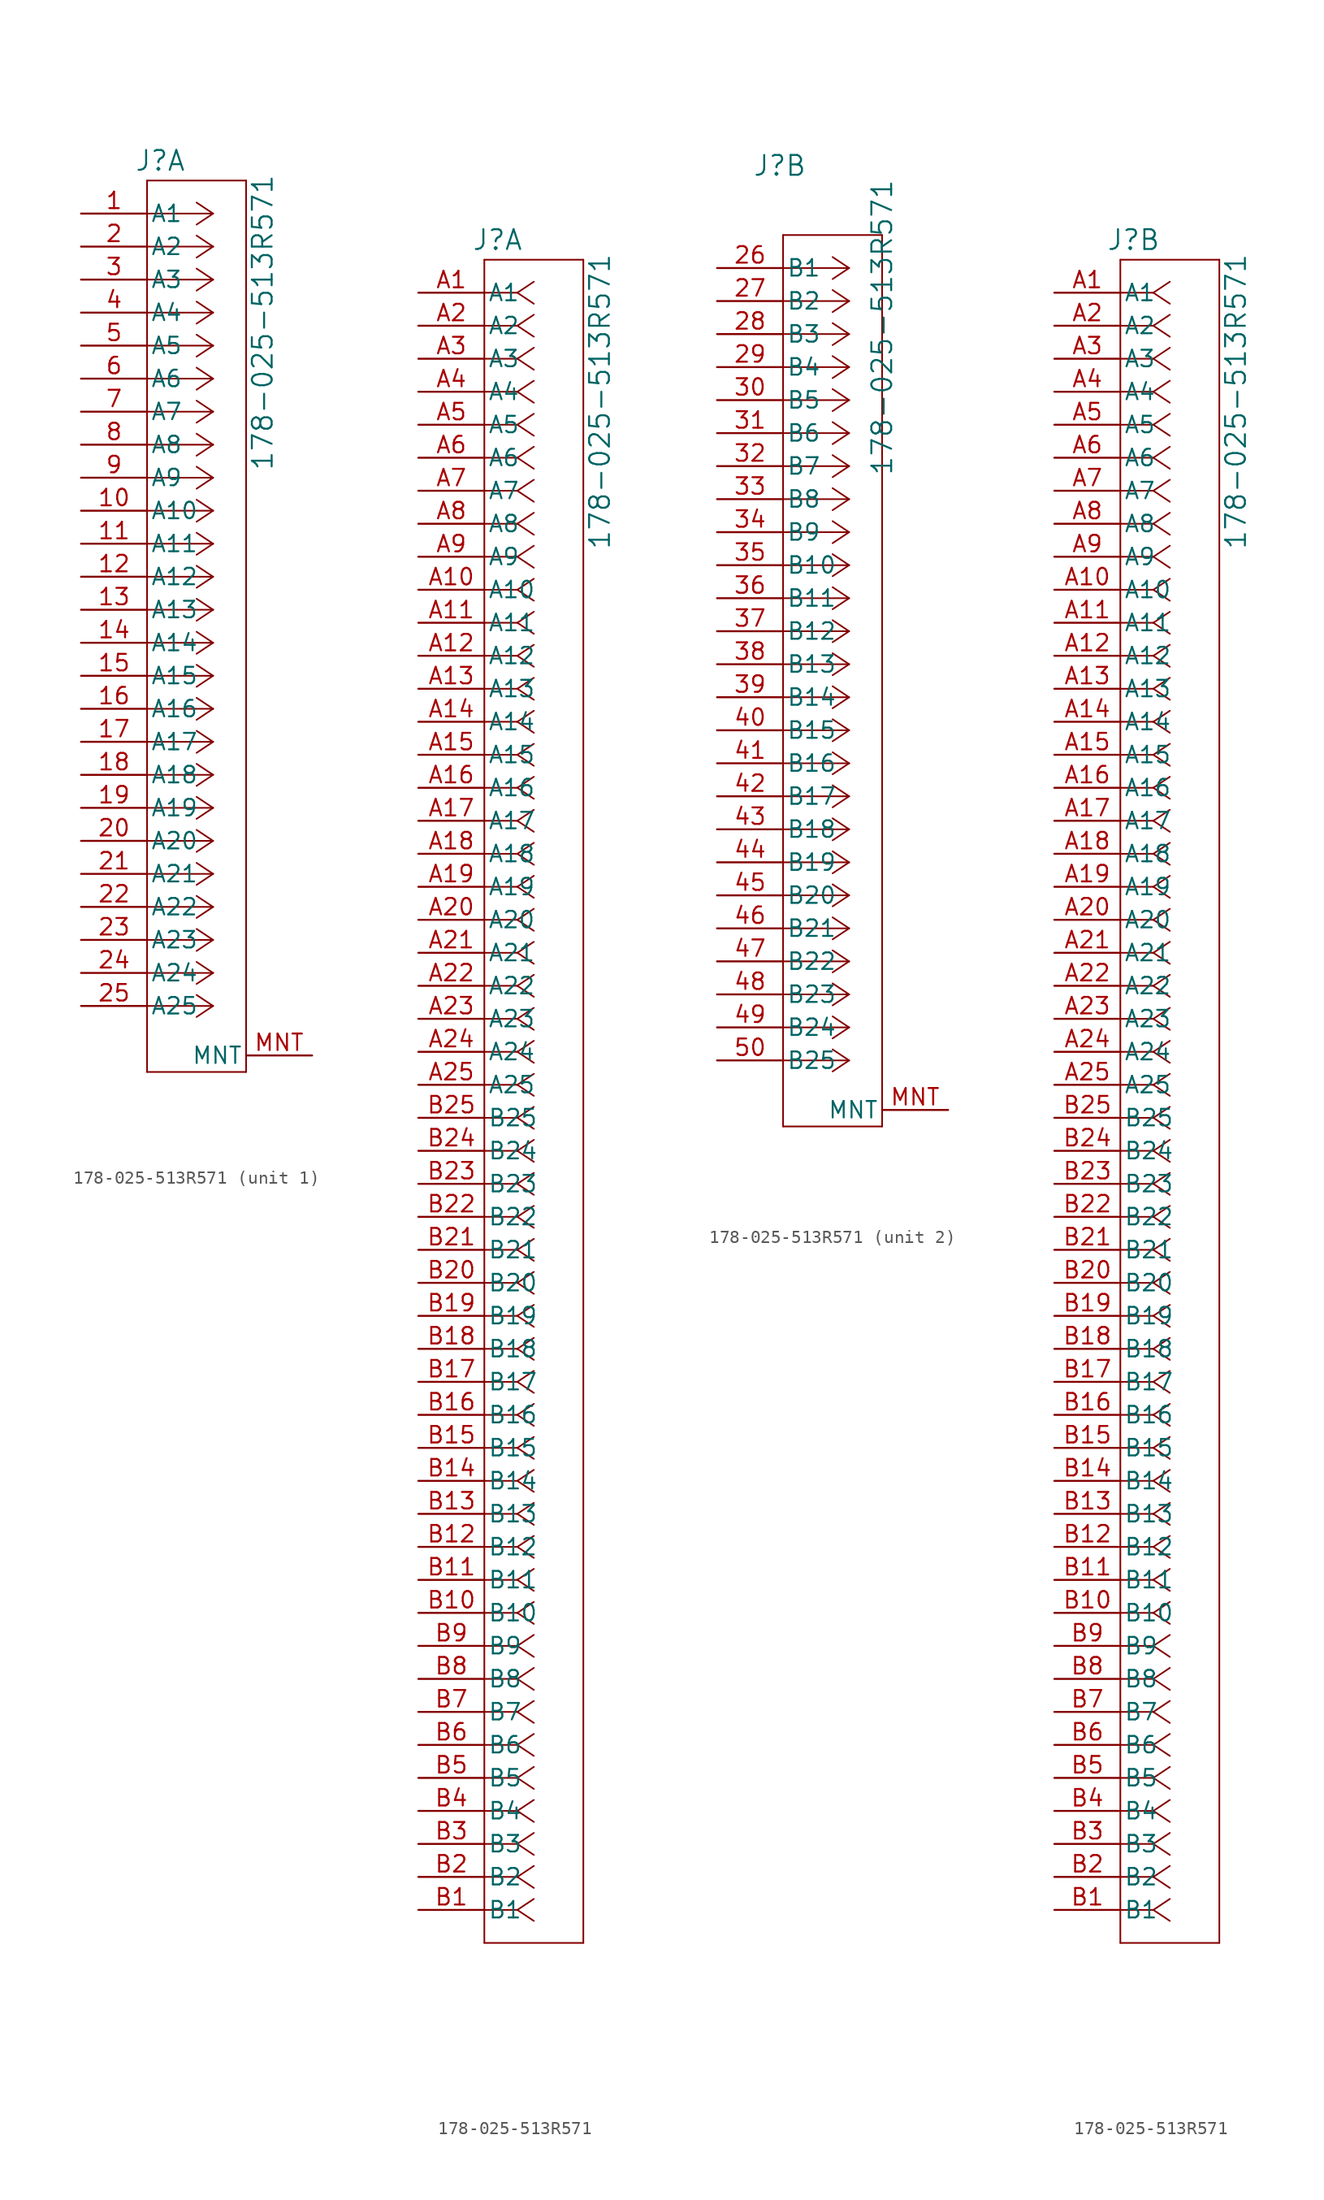
<source format=kicad_sym>
(kicad_symbol_lib
  (version 20231120)
  (generator "kicad_symbol_editor")
  (generator_version "8.0")
  (symbol "178-025-513R571"
    (pin_names
      (offset 0.254))
    (property "Reference" "J"
      (at 6.096 4.064 0)
      (effects (font (size 1.524 1.524))))
    (property "Value" "178-025-513R571"
      (at 13.97 -8.382 90)
      (effects (font (size 1.524 1.524))))
    (property "ki_locked" ""
      (at 0 0 0)
      (effects (font (size 1.27 1.27))))
    (symbol "178-025-513R571_1_1"
      (polyline (pts (xy 5.08 -66.04) (xy 12.7 -66.04)) (stroke (width 0.127) (type default)) (fill (type none)))
      (polyline (pts (xy 5.08 2.54) (xy 5.08 -66.04)) (stroke (width 0.127) (type default)) (fill (type none)))
      (polyline (pts (xy 10.16 -60.96) (xy 5.08 -60.96)) (stroke (width 0.127) (type default)) (fill (type none)))
      (polyline (pts (xy 10.16 -60.96) (xy 8.89 -61.807)) (stroke (width 0.127) (type default)) (fill (type none)))
      (polyline (pts (xy 10.16 -60.96) (xy 8.89 -60.113)) (stroke (width 0.127) (type default)) (fill (type none)))
      (polyline (pts (xy 10.16 -58.42) (xy 5.08 -58.42)) (stroke (width 0.127) (type default)) (fill (type none)))
      (polyline (pts (xy 10.16 -58.42) (xy 8.89 -59.267)) (stroke (width 0.127) (type default)) (fill (type none)))
      (polyline (pts (xy 10.16 -58.42) (xy 8.89 -57.573)) (stroke (width 0.127) (type default)) (fill (type none)))
      (polyline (pts (xy 10.16 -55.88) (xy 5.08 -55.88)) (stroke (width 0.127) (type default)) (fill (type none)))
      (polyline (pts (xy 10.16 -55.88) (xy 8.89 -56.727)) (stroke (width 0.127) (type default)) (fill (type none)))
      (polyline (pts (xy 10.16 -55.88) (xy 8.89 -55.033)) (stroke (width 0.127) (type default)) (fill (type none)))
      (polyline (pts (xy 10.16 -53.34) (xy 5.08 -53.34)) (stroke (width 0.127) (type default)) (fill (type none)))
      (polyline (pts (xy 10.16 -53.34) (xy 8.89 -54.187)) (stroke (width 0.127) (type default)) (fill (type none)))
      (polyline (pts (xy 10.16 -53.34) (xy 8.89 -52.493)) (stroke (width 0.127) (type default)) (fill (type none)))
      (polyline (pts (xy 10.16 -50.8) (xy 5.08 -50.8)) (stroke (width 0.127) (type default)) (fill (type none)))
      (polyline (pts (xy 10.16 -50.8) (xy 8.89 -51.647)) (stroke (width 0.127) (type default)) (fill (type none)))
      (polyline (pts (xy 10.16 -50.8) (xy 8.89 -49.953)) (stroke (width 0.127) (type default)) (fill (type none)))
      (polyline (pts (xy 10.16 -48.26) (xy 5.08 -48.26)) (stroke (width 0.127) (type default)) (fill (type none)))
      (polyline (pts (xy 10.16 -48.26) (xy 8.89 -49.107)) (stroke (width 0.127) (type default)) (fill (type none)))
      (polyline (pts (xy 10.16 -48.26) (xy 8.89 -47.413)) (stroke (width 0.127) (type default)) (fill (type none)))
      (polyline (pts (xy 10.16 -45.72) (xy 5.08 -45.72)) (stroke (width 0.127) (type default)) (fill (type none)))
      (polyline (pts (xy 10.16 -45.72) (xy 8.89 -46.567)) (stroke (width 0.127) (type default)) (fill (type none)))
      (polyline (pts (xy 10.16 -45.72) (xy 8.89 -44.873)) (stroke (width 0.127) (type default)) (fill (type none)))
      (polyline (pts (xy 10.16 -43.18) (xy 5.08 -43.18)) (stroke (width 0.127) (type default)) (fill (type none)))
      (polyline (pts (xy 10.16 -43.18) (xy 8.89 -44.027)) (stroke (width 0.127) (type default)) (fill (type none)))
      (polyline (pts (xy 10.16 -43.18) (xy 8.89 -42.333)) (stroke (width 0.127) (type default)) (fill (type none)))
      (polyline (pts (xy 10.16 -40.64) (xy 5.08 -40.64)) (stroke (width 0.127) (type default)) (fill (type none)))
      (polyline (pts (xy 10.16 -40.64) (xy 8.89 -41.487)) (stroke (width 0.127) (type default)) (fill (type none)))
      (polyline (pts (xy 10.16 -40.64) (xy 8.89 -39.793)) (stroke (width 0.127) (type default)) (fill (type none)))
      (polyline (pts (xy 10.16 -38.1) (xy 5.08 -38.1)) (stroke (width 0.127) (type default)) (fill (type none)))
      (polyline (pts (xy 10.16 -38.1) (xy 8.89 -38.947)) (stroke (width 0.127) (type default)) (fill (type none)))
      (polyline (pts (xy 10.16 -38.1) (xy 8.89 -37.253)) (stroke (width 0.127) (type default)) (fill (type none)))
      (polyline (pts (xy 10.16 -35.56) (xy 5.08 -35.56)) (stroke (width 0.127) (type default)) (fill (type none)))
      (polyline (pts (xy 10.16 -35.56) (xy 8.89 -36.407)) (stroke (width 0.127) (type default)) (fill (type none)))
      (polyline (pts (xy 10.16 -35.56) (xy 8.89 -34.713)) (stroke (width 0.127) (type default)) (fill (type none)))
      (polyline (pts (xy 10.16 -33.02) (xy 5.08 -33.02)) (stroke (width 0.127) (type default)) (fill (type none)))
      (polyline (pts (xy 10.16 -33.02) (xy 8.89 -33.867)) (stroke (width 0.127) (type default)) (fill (type none)))
      (polyline (pts (xy 10.16 -33.02) (xy 8.89 -32.173)) (stroke (width 0.127) (type default)) (fill (type none)))
      (polyline (pts (xy 10.16 -30.48) (xy 5.08 -30.48)) (stroke (width 0.127) (type default)) (fill (type none)))
      (polyline (pts (xy 10.16 -30.48) (xy 8.89 -31.327)) (stroke (width 0.127) (type default)) (fill (type none)))
      (polyline (pts (xy 10.16 -30.48) (xy 8.89 -29.633)) (stroke (width 0.127) (type default)) (fill (type none)))
      (polyline (pts (xy 10.16 -27.94) (xy 5.08 -27.94)) (stroke (width 0.127) (type default)) (fill (type none)))
      (polyline (pts (xy 10.16 -27.94) (xy 8.89 -28.787)) (stroke (width 0.127) (type default)) (fill (type none)))
      (polyline (pts (xy 10.16 -27.94) (xy 8.89 -27.093)) (stroke (width 0.127) (type default)) (fill (type none)))
      (polyline (pts (xy 10.16 -25.4) (xy 5.08 -25.4)) (stroke (width 0.127) (type default)) (fill (type none)))
      (polyline (pts (xy 10.16 -25.4) (xy 8.89 -26.247)) (stroke (width 0.127) (type default)) (fill (type none)))
      (polyline (pts (xy 10.16 -25.4) (xy 8.89 -24.553)) (stroke (width 0.127) (type default)) (fill (type none)))
      (polyline (pts (xy 10.16 -22.86) (xy 5.08 -22.86)) (stroke (width 0.127) (type default)) (fill (type none)))
      (polyline (pts (xy 10.16 -22.86) (xy 8.89 -23.707)) (stroke (width 0.127) (type default)) (fill (type none)))
      (polyline (pts (xy 10.16 -22.86) (xy 8.89 -22.013)) (stroke (width 0.127) (type default)) (fill (type none)))
      (polyline (pts (xy 10.16 -20.32) (xy 5.08 -20.32)) (stroke (width 0.127) (type default)) (fill (type none)))
      (polyline (pts (xy 10.16 -20.32) (xy 8.89 -21.167)) (stroke (width 0.127) (type default)) (fill (type none)))
      (polyline (pts (xy 10.16 -20.32) (xy 8.89 -19.473)) (stroke (width 0.127) (type default)) (fill (type none)))
      (polyline (pts (xy 10.16 -17.78) (xy 5.08 -17.78)) (stroke (width 0.127) (type default)) (fill (type none)))
      (polyline (pts (xy 10.16 -17.78) (xy 8.89 -18.627)) (stroke (width 0.127) (type default)) (fill (type none)))
      (polyline (pts (xy 10.16 -17.78) (xy 8.89 -16.933)) (stroke (width 0.127) (type default)) (fill (type none)))
      (polyline (pts (xy 10.16 -15.24) (xy 5.08 -15.24)) (stroke (width 0.127) (type default)) (fill (type none)))
      (polyline (pts (xy 10.16 -15.24) (xy 8.89 -16.087)) (stroke (width 0.127) (type default)) (fill (type none)))
      (polyline (pts (xy 10.16 -15.24) (xy 8.89 -14.393)) (stroke (width 0.127) (type default)) (fill (type none)))
      (polyline (pts (xy 10.16 -12.7) (xy 5.08 -12.7)) (stroke (width 0.127) (type default)) (fill (type none)))
      (polyline (pts (xy 10.16 -12.7) (xy 8.89 -13.547)) (stroke (width 0.127) (type default)) (fill (type none)))
      (polyline (pts (xy 10.16 -12.7) (xy 8.89 -11.853)) (stroke (width 0.127) (type default)) (fill (type none)))
      (polyline (pts (xy 10.16 -10.16) (xy 5.08 -10.16)) (stroke (width 0.127) (type default)) (fill (type none)))
      (polyline (pts (xy 10.16 -10.16) (xy 8.89 -11.007)) (stroke (width 0.127) (type default)) (fill (type none)))
      (polyline (pts (xy 10.16 -10.16) (xy 8.89 -9.313)) (stroke (width 0.127) (type default)) (fill (type none)))
      (polyline (pts (xy 10.16 -7.62) (xy 5.08 -7.62)) (stroke (width 0.127) (type default)) (fill (type none)))
      (polyline (pts (xy 10.16 -7.62) (xy 8.89 -8.467)) (stroke (width 0.127) (type default)) (fill (type none)))
      (polyline (pts (xy 10.16 -7.62) (xy 8.89 -6.773)) (stroke (width 0.127) (type default)) (fill (type none)))
      (polyline (pts (xy 10.16 -5.08) (xy 5.08 -5.08)) (stroke (width 0.127) (type default)) (fill (type none)))
      (polyline (pts (xy 10.16 -5.08) (xy 8.89 -5.927)) (stroke (width 0.127) (type default)) (fill (type none)))
      (polyline (pts (xy 10.16 -5.08) (xy 8.89 -4.233)) (stroke (width 0.127) (type default)) (fill (type none)))
      (polyline (pts (xy 10.16 -2.54) (xy 5.08 -2.54)) (stroke (width 0.127) (type default)) (fill (type none)))
      (polyline (pts (xy 10.16 -2.54) (xy 8.89 -3.387)) (stroke (width 0.127) (type default)) (fill (type none)))
      (polyline (pts (xy 10.16 -2.54) (xy 8.89 -1.693)) (stroke (width 0.127) (type default)) (fill (type none)))
      (polyline (pts (xy 10.16 0) (xy 5.08 0)) (stroke (width 0.127) (type default)) (fill (type none)))
      (polyline (pts (xy 10.16 0) (xy 8.89 -0.847)) (stroke (width 0.127) (type default)) (fill (type none)))
      (polyline (pts (xy 10.16 0) (xy 8.89 0.847)) (stroke (width 0.127) (type default)) (fill (type none)))
      (polyline (pts (xy 12.7 -66.04) (xy 12.7 2.54)) (stroke (width 0.127) (type default)) (fill (type none)))
      (polyline (pts (xy 12.7 2.54) (xy 5.08 2.54)) (stroke (width 0.127) (type default)) (fill (type none)))
      (pin unspecified line (at 0 0 0) (length 5.08) (name "A1" (effects (font (size 1.27 1.27)))) (number "1" (effects (font (size 1.27 1.27)))))
      (pin unspecified line (at 0 -22.86 0) (length 5.08) (name "A10" (effects (font (size 1.27 1.27)))) (number "10" (effects (font (size 1.27 1.27)))))
      (pin unspecified line (at 0 -25.4 0) (length 5.08) (name "A11" (effects (font (size 1.27 1.27)))) (number "11" (effects (font (size 1.27 1.27)))))
      (pin unspecified line (at 0 -27.94 0) (length 5.08) (name "A12" (effects (font (size 1.27 1.27)))) (number "12" (effects (font (size 1.27 1.27)))))
      (pin unspecified line (at 0 -30.48 0) (length 5.08) (name "A13" (effects (font (size 1.27 1.27)))) (number "13" (effects (font (size 1.27 1.27)))))
      (pin unspecified line (at 0 -33.02 0) (length 5.08) (name "A14" (effects (font (size 1.27 1.27)))) (number "14" (effects (font (size 1.27 1.27)))))
      (pin unspecified line (at 0 -35.56 0) (length 5.08) (name "A15" (effects (font (size 1.27 1.27)))) (number "15" (effects (font (size 1.27 1.27)))))
      (pin unspecified line (at 0 -38.1 0) (length 5.08) (name "A16" (effects (font (size 1.27 1.27)))) (number "16" (effects (font (size 1.27 1.27)))))
      (pin unspecified line (at 0 -40.64 0) (length 5.08) (name "A17" (effects (font (size 1.27 1.27)))) (number "17" (effects (font (size 1.27 1.27)))))
      (pin unspecified line (at 0 -43.18 0) (length 5.08) (name "A18" (effects (font (size 1.27 1.27)))) (number "18" (effects (font (size 1.27 1.27)))))
      (pin unspecified line (at 0 -45.72 0) (length 5.08) (name "A19" (effects (font (size 1.27 1.27)))) (number "19" (effects (font (size 1.27 1.27)))))
      (pin unspecified line (at 0 -2.54 0) (length 5.08) (name "A2" (effects (font (size 1.27 1.27)))) (number "2" (effects (font (size 1.27 1.27)))))
      (pin unspecified line (at 0 -48.26 0) (length 5.08) (name "A20" (effects (font (size 1.27 1.27)))) (number "20" (effects (font (size 1.27 1.27)))))
      (pin unspecified line (at 0 -50.8 0) (length 5.08) (name "A21" (effects (font (size 1.27 1.27)))) (number "21" (effects (font (size 1.27 1.27)))))
      (pin unspecified line (at 0 -53.34 0) (length 5.08) (name "A22" (effects (font (size 1.27 1.27)))) (number "22" (effects (font (size 1.27 1.27)))))
      (pin unspecified line (at 0 -55.88 0) (length 5.08) (name "A23" (effects (font (size 1.27 1.27)))) (number "23" (effects (font (size 1.27 1.27)))))
      (pin unspecified line (at 0 -58.42 0) (length 5.08) (name "A24" (effects (font (size 1.27 1.27)))) (number "24" (effects (font (size 1.27 1.27)))))
      (pin unspecified line (at 0 -60.96 0) (length 5.08) (name "A25" (effects (font (size 1.27 1.27)))) (number "25" (effects (font (size 1.27 1.27)))))
      (pin unspecified line (at 0 -5.08 0) (length 5.08) (name "A3" (effects (font (size 1.27 1.27)))) (number "3" (effects (font (size 1.27 1.27)))))
      (pin unspecified line (at 0 -7.62 0) (length 5.08) (name "A4" (effects (font (size 1.27 1.27)))) (number "4" (effects (font (size 1.27 1.27)))))
      (pin unspecified line (at 0 -10.16 0) (length 5.08) (name "A5" (effects (font (size 1.27 1.27)))) (number "5" (effects (font (size 1.27 1.27)))))
      (pin unspecified line (at 0 -12.7 0) (length 5.08) (name "A6" (effects (font (size 1.27 1.27)))) (number "6" (effects (font (size 1.27 1.27)))))
      (pin unspecified line (at 0 -15.24 0) (length 5.08) (name "A7" (effects (font (size 1.27 1.27)))) (number "7" (effects (font (size 1.27 1.27)))))
      (pin unspecified line (at 0 -17.78 0) (length 5.08) (name "A8" (effects (font (size 1.27 1.27)))) (number "8" (effects (font (size 1.27 1.27)))))
      (pin unspecified line (at 0 -20.32 0) (length 5.08) (name "A9" (effects (font (size 1.27 1.27)))) (number "9" (effects (font (size 1.27 1.27)))))
      (pin unspecified line (at 17.78 -64.77 180) (length 5.08) (name "MNT" (effects (font (size 1.27 1.27)))) (number "MNT" (effects (font (size 1.27 1.27))))))
    (symbol "178-025-513R571_1_2"
      (polyline (pts (xy 5.08 -127) (xy 12.7 -127)) (stroke (width 0.127) (type default)) (fill (type none)))
      (polyline (pts (xy 5.08 2.54) (xy 5.08 -127)) (stroke (width 0.127) (type default)) (fill (type none)))
      (polyline (pts (xy 7.62 -124.46) (xy 5.08 -124.46)) (stroke (width 0.127) (type default)) (fill (type none)))
      (polyline (pts (xy 7.62 -124.46) (xy 8.89 -125.307)) (stroke (width 0.127) (type default)) (fill (type none)))
      (polyline (pts (xy 7.62 -124.46) (xy 8.89 -123.613)) (stroke (width 0.127) (type default)) (fill (type none)))
      (polyline (pts (xy 7.62 -121.92) (xy 5.08 -121.92)) (stroke (width 0.127) (type default)) (fill (type none)))
      (polyline (pts (xy 7.62 -121.92) (xy 8.89 -122.767)) (stroke (width 0.127) (type default)) (fill (type none)))
      (polyline (pts (xy 7.62 -121.92) (xy 8.89 -121.073)) (stroke (width 0.127) (type default)) (fill (type none)))
      (polyline (pts (xy 7.62 -119.38) (xy 5.08 -119.38)) (stroke (width 0.127) (type default)) (fill (type none)))
      (polyline (pts (xy 7.62 -119.38) (xy 8.89 -120.227)) (stroke (width 0.127) (type default)) (fill (type none)))
      (polyline (pts (xy 7.62 -119.38) (xy 8.89 -118.533)) (stroke (width 0.127) (type default)) (fill (type none)))
      (polyline (pts (xy 7.62 -116.84) (xy 5.08 -116.84)) (stroke (width 0.127) (type default)) (fill (type none)))
      (polyline (pts (xy 7.62 -116.84) (xy 8.89 -117.687)) (stroke (width 0.127) (type default)) (fill (type none)))
      (polyline (pts (xy 7.62 -116.84) (xy 8.89 -115.993)) (stroke (width 0.127) (type default)) (fill (type none)))
      (polyline (pts (xy 7.62 -114.3) (xy 5.08 -114.3)) (stroke (width 0.127) (type default)) (fill (type none)))
      (polyline (pts (xy 7.62 -114.3) (xy 8.89 -115.147)) (stroke (width 0.127) (type default)) (fill (type none)))
      (polyline (pts (xy 7.62 -114.3) (xy 8.89 -113.453)) (stroke (width 0.127) (type default)) (fill (type none)))
      (polyline (pts (xy 7.62 -111.76) (xy 5.08 -111.76)) (stroke (width 0.127) (type default)) (fill (type none)))
      (polyline (pts (xy 7.62 -111.76) (xy 8.89 -112.607)) (stroke (width 0.127) (type default)) (fill (type none)))
      (polyline (pts (xy 7.62 -111.76) (xy 8.89 -110.913)) (stroke (width 0.127) (type default)) (fill (type none)))
      (polyline (pts (xy 7.62 -109.22) (xy 5.08 -109.22)) (stroke (width 0.127) (type default)) (fill (type none)))
      (polyline (pts (xy 7.62 -109.22) (xy 8.89 -110.067)) (stroke (width 0.127) (type default)) (fill (type none)))
      (polyline (pts (xy 7.62 -109.22) (xy 8.89 -108.373)) (stroke (width 0.127) (type default)) (fill (type none)))
      (polyline (pts (xy 7.62 -106.68) (xy 5.08 -106.68)) (stroke (width 0.127) (type default)) (fill (type none)))
      (polyline (pts (xy 7.62 -106.68) (xy 8.89 -107.527)) (stroke (width 0.127) (type default)) (fill (type none)))
      (polyline (pts (xy 7.62 -106.68) (xy 8.89 -105.833)) (stroke (width 0.127) (type default)) (fill (type none)))
      (polyline (pts (xy 7.62 -104.14) (xy 5.08 -104.14)) (stroke (width 0.127) (type default)) (fill (type none)))
      (polyline (pts (xy 7.62 -104.14) (xy 8.89 -104.987)) (stroke (width 0.127) (type default)) (fill (type none)))
      (polyline (pts (xy 7.62 -104.14) (xy 8.89 -103.293)) (stroke (width 0.127) (type default)) (fill (type none)))
      (polyline (pts (xy 7.62 -101.6) (xy 5.08 -101.6)) (stroke (width 0.127) (type default)) (fill (type none)))
      (polyline (pts (xy 7.62 -101.6) (xy 8.89 -102.447)) (stroke (width 0.127) (type default)) (fill (type none)))
      (polyline (pts (xy 7.62 -101.6) (xy 8.89 -100.753)) (stroke (width 0.127) (type default)) (fill (type none)))
      (polyline (pts (xy 7.62 -99.06) (xy 5.08 -99.06)) (stroke (width 0.127) (type default)) (fill (type none)))
      (polyline (pts (xy 7.62 -99.06) (xy 8.89 -99.907)) (stroke (width 0.127) (type default)) (fill (type none)))
      (polyline (pts (xy 7.62 -99.06) (xy 8.89 -98.213)) (stroke (width 0.127) (type default)) (fill (type none)))
      (polyline (pts (xy 7.62 -96.52) (xy 5.08 -96.52)) (stroke (width 0.127) (type default)) (fill (type none)))
      (polyline (pts (xy 7.62 -96.52) (xy 8.89 -97.367)) (stroke (width 0.127) (type default)) (fill (type none)))
      (polyline (pts (xy 7.62 -96.52) (xy 8.89 -95.673)) (stroke (width 0.127) (type default)) (fill (type none)))
      (polyline (pts (xy 7.62 -93.98) (xy 5.08 -93.98)) (stroke (width 0.127) (type default)) (fill (type none)))
      (polyline (pts (xy 7.62 -93.98) (xy 8.89 -94.827)) (stroke (width 0.127) (type default)) (fill (type none)))
      (polyline (pts (xy 7.62 -93.98) (xy 8.89 -93.133)) (stroke (width 0.127) (type default)) (fill (type none)))
      (polyline (pts (xy 7.62 -91.44) (xy 5.08 -91.44)) (stroke (width 0.127) (type default)) (fill (type none)))
      (polyline (pts (xy 7.62 -91.44) (xy 8.89 -92.287)) (stroke (width 0.127) (type default)) (fill (type none)))
      (polyline (pts (xy 7.62 -91.44) (xy 8.89 -90.593)) (stroke (width 0.127) (type default)) (fill (type none)))
      (polyline (pts (xy 7.62 -88.9) (xy 5.08 -88.9)) (stroke (width 0.127) (type default)) (fill (type none)))
      (polyline (pts (xy 7.62 -88.9) (xy 8.89 -89.747)) (stroke (width 0.127) (type default)) (fill (type none)))
      (polyline (pts (xy 7.62 -88.9) (xy 8.89 -88.053)) (stroke (width 0.127) (type default)) (fill (type none)))
      (polyline (pts (xy 7.62 -86.36) (xy 5.08 -86.36)) (stroke (width 0.127) (type default)) (fill (type none)))
      (polyline (pts (xy 7.62 -86.36) (xy 8.89 -87.207)) (stroke (width 0.127) (type default)) (fill (type none)))
      (polyline (pts (xy 7.62 -86.36) (xy 8.89 -85.513)) (stroke (width 0.127) (type default)) (fill (type none)))
      (polyline (pts (xy 7.62 -83.82) (xy 5.08 -83.82)) (stroke (width 0.127) (type default)) (fill (type none)))
      (polyline (pts (xy 7.62 -83.82) (xy 8.89 -84.667)) (stroke (width 0.127) (type default)) (fill (type none)))
      (polyline (pts (xy 7.62 -83.82) (xy 8.89 -82.973)) (stroke (width 0.127) (type default)) (fill (type none)))
      (polyline (pts (xy 7.62 -81.28) (xy 5.08 -81.28)) (stroke (width 0.127) (type default)) (fill (type none)))
      (polyline (pts (xy 7.62 -81.28) (xy 8.89 -82.127)) (stroke (width 0.127) (type default)) (fill (type none)))
      (polyline (pts (xy 7.62 -81.28) (xy 8.89 -80.433)) (stroke (width 0.127) (type default)) (fill (type none)))
      (polyline (pts (xy 7.62 -78.74) (xy 5.08 -78.74)) (stroke (width 0.127) (type default)) (fill (type none)))
      (polyline (pts (xy 7.62 -78.74) (xy 8.89 -79.587)) (stroke (width 0.127) (type default)) (fill (type none)))
      (polyline (pts (xy 7.62 -78.74) (xy 8.89 -77.893)) (stroke (width 0.127) (type default)) (fill (type none)))
      (polyline (pts (xy 7.62 -76.2) (xy 5.08 -76.2)) (stroke (width 0.127) (type default)) (fill (type none)))
      (polyline (pts (xy 7.62 -76.2) (xy 8.89 -77.047)) (stroke (width 0.127) (type default)) (fill (type none)))
      (polyline (pts (xy 7.62 -76.2) (xy 8.89 -75.353)) (stroke (width 0.127) (type default)) (fill (type none)))
      (polyline (pts (xy 7.62 -73.66) (xy 5.08 -73.66)) (stroke (width 0.127) (type default)) (fill (type none)))
      (polyline (pts (xy 7.62 -73.66) (xy 8.89 -74.507)) (stroke (width 0.127) (type default)) (fill (type none)))
      (polyline (pts (xy 7.62 -73.66) (xy 8.89 -72.813)) (stroke (width 0.127) (type default)) (fill (type none)))
      (polyline (pts (xy 7.62 -71.12) (xy 5.08 -71.12)) (stroke (width 0.127) (type default)) (fill (type none)))
      (polyline (pts (xy 7.62 -71.12) (xy 8.89 -71.967)) (stroke (width 0.127) (type default)) (fill (type none)))
      (polyline (pts (xy 7.62 -71.12) (xy 8.89 -70.273)) (stroke (width 0.127) (type default)) (fill (type none)))
      (polyline (pts (xy 7.62 -68.58) (xy 5.08 -68.58)) (stroke (width 0.127) (type default)) (fill (type none)))
      (polyline (pts (xy 7.62 -68.58) (xy 8.89 -69.427)) (stroke (width 0.127) (type default)) (fill (type none)))
      (polyline (pts (xy 7.62 -68.58) (xy 8.89 -67.733)) (stroke (width 0.127) (type default)) (fill (type none)))
      (polyline (pts (xy 7.62 -66.04) (xy 5.08 -66.04)) (stroke (width 0.127) (type default)) (fill (type none)))
      (polyline (pts (xy 7.62 -66.04) (xy 8.89 -66.887)) (stroke (width 0.127) (type default)) (fill (type none)))
      (polyline (pts (xy 7.62 -66.04) (xy 8.89 -65.193)) (stroke (width 0.127) (type default)) (fill (type none)))
      (polyline (pts (xy 7.62 -63.5) (xy 5.08 -63.5)) (stroke (width 0.127) (type default)) (fill (type none)))
      (polyline (pts (xy 7.62 -63.5) (xy 8.89 -64.347)) (stroke (width 0.127) (type default)) (fill (type none)))
      (polyline (pts (xy 7.62 -63.5) (xy 8.89 -62.653)) (stroke (width 0.127) (type default)) (fill (type none)))
      (polyline (pts (xy 7.62 -60.96) (xy 5.08 -60.96)) (stroke (width 0.127) (type default)) (fill (type none)))
      (polyline (pts (xy 7.62 -60.96) (xy 8.89 -61.807)) (stroke (width 0.127) (type default)) (fill (type none)))
      (polyline (pts (xy 7.62 -60.96) (xy 8.89 -60.113)) (stroke (width 0.127) (type default)) (fill (type none)))
      (polyline (pts (xy 7.62 -58.42) (xy 5.08 -58.42)) (stroke (width 0.127) (type default)) (fill (type none)))
      (polyline (pts (xy 7.62 -58.42) (xy 8.89 -59.267)) (stroke (width 0.127) (type default)) (fill (type none)))
      (polyline (pts (xy 7.62 -58.42) (xy 8.89 -57.573)) (stroke (width 0.127) (type default)) (fill (type none)))
      (polyline (pts (xy 7.62 -55.88) (xy 5.08 -55.88)) (stroke (width 0.127) (type default)) (fill (type none)))
      (polyline (pts (xy 7.62 -55.88) (xy 8.89 -56.727)) (stroke (width 0.127) (type default)) (fill (type none)))
      (polyline (pts (xy 7.62 -55.88) (xy 8.89 -55.033)) (stroke (width 0.127) (type default)) (fill (type none)))
      (polyline (pts (xy 7.62 -53.34) (xy 5.08 -53.34)) (stroke (width 0.127) (type default)) (fill (type none)))
      (polyline (pts (xy 7.62 -53.34) (xy 8.89 -54.187)) (stroke (width 0.127) (type default)) (fill (type none)))
      (polyline (pts (xy 7.62 -53.34) (xy 8.89 -52.493)) (stroke (width 0.127) (type default)) (fill (type none)))
      (polyline (pts (xy 7.62 -50.8) (xy 5.08 -50.8)) (stroke (width 0.127) (type default)) (fill (type none)))
      (polyline (pts (xy 7.62 -50.8) (xy 8.89 -51.647)) (stroke (width 0.127) (type default)) (fill (type none)))
      (polyline (pts (xy 7.62 -50.8) (xy 8.89 -49.953)) (stroke (width 0.127) (type default)) (fill (type none)))
      (polyline (pts (xy 7.62 -48.26) (xy 5.08 -48.26)) (stroke (width 0.127) (type default)) (fill (type none)))
      (polyline (pts (xy 7.62 -48.26) (xy 8.89 -49.107)) (stroke (width 0.127) (type default)) (fill (type none)))
      (polyline (pts (xy 7.62 -48.26) (xy 8.89 -47.413)) (stroke (width 0.127) (type default)) (fill (type none)))
      (polyline (pts (xy 7.62 -45.72) (xy 5.08 -45.72)) (stroke (width 0.127) (type default)) (fill (type none)))
      (polyline (pts (xy 7.62 -45.72) (xy 8.89 -46.567)) (stroke (width 0.127) (type default)) (fill (type none)))
      (polyline (pts (xy 7.62 -45.72) (xy 8.89 -44.873)) (stroke (width 0.127) (type default)) (fill (type none)))
      (polyline (pts (xy 7.62 -43.18) (xy 5.08 -43.18)) (stroke (width 0.127) (type default)) (fill (type none)))
      (polyline (pts (xy 7.62 -43.18) (xy 8.89 -44.027)) (stroke (width 0.127) (type default)) (fill (type none)))
      (polyline (pts (xy 7.62 -43.18) (xy 8.89 -42.333)) (stroke (width 0.127) (type default)) (fill (type none)))
      (polyline (pts (xy 7.62 -40.64) (xy 5.08 -40.64)) (stroke (width 0.127) (type default)) (fill (type none)))
      (polyline (pts (xy 7.62 -40.64) (xy 8.89 -41.487)) (stroke (width 0.127) (type default)) (fill (type none)))
      (polyline (pts (xy 7.62 -40.64) (xy 8.89 -39.793)) (stroke (width 0.127) (type default)) (fill (type none)))
      (polyline (pts (xy 7.62 -38.1) (xy 5.08 -38.1)) (stroke (width 0.127) (type default)) (fill (type none)))
      (polyline (pts (xy 7.62 -38.1) (xy 8.89 -38.947)) (stroke (width 0.127) (type default)) (fill (type none)))
      (polyline (pts (xy 7.62 -38.1) (xy 8.89 -37.253)) (stroke (width 0.127) (type default)) (fill (type none)))
      (polyline (pts (xy 7.62 -35.56) (xy 5.08 -35.56)) (stroke (width 0.127) (type default)) (fill (type none)))
      (polyline (pts (xy 7.62 -35.56) (xy 8.89 -36.407)) (stroke (width 0.127) (type default)) (fill (type none)))
      (polyline (pts (xy 7.62 -35.56) (xy 8.89 -34.713)) (stroke (width 0.127) (type default)) (fill (type none)))
      (polyline (pts (xy 7.62 -33.02) (xy 5.08 -33.02)) (stroke (width 0.127) (type default)) (fill (type none)))
      (polyline (pts (xy 7.62 -33.02) (xy 8.89 -33.867)) (stroke (width 0.127) (type default)) (fill (type none)))
      (polyline (pts (xy 7.62 -33.02) (xy 8.89 -32.173)) (stroke (width 0.127) (type default)) (fill (type none)))
      (polyline (pts (xy 7.62 -30.48) (xy 5.08 -30.48)) (stroke (width 0.127) (type default)) (fill (type none)))
      (polyline (pts (xy 7.62 -30.48) (xy 8.89 -31.327)) (stroke (width 0.127) (type default)) (fill (type none)))
      (polyline (pts (xy 7.62 -30.48) (xy 8.89 -29.633)) (stroke (width 0.127) (type default)) (fill (type none)))
      (polyline (pts (xy 7.62 -27.94) (xy 5.08 -27.94)) (stroke (width 0.127) (type default)) (fill (type none)))
      (polyline (pts (xy 7.62 -27.94) (xy 8.89 -28.787)) (stroke (width 0.127) (type default)) (fill (type none)))
      (polyline (pts (xy 7.62 -27.94) (xy 8.89 -27.093)) (stroke (width 0.127) (type default)) (fill (type none)))
      (polyline (pts (xy 7.62 -25.4) (xy 5.08 -25.4)) (stroke (width 0.127) (type default)) (fill (type none)))
      (polyline (pts (xy 7.62 -25.4) (xy 8.89 -26.247)) (stroke (width 0.127) (type default)) (fill (type none)))
      (polyline (pts (xy 7.62 -25.4) (xy 8.89 -24.553)) (stroke (width 0.127) (type default)) (fill (type none)))
      (polyline (pts (xy 7.62 -22.86) (xy 5.08 -22.86)) (stroke (width 0.127) (type default)) (fill (type none)))
      (polyline (pts (xy 7.62 -22.86) (xy 8.89 -23.707)) (stroke (width 0.127) (type default)) (fill (type none)))
      (polyline (pts (xy 7.62 -22.86) (xy 8.89 -22.013)) (stroke (width 0.127) (type default)) (fill (type none)))
      (polyline (pts (xy 7.62 -20.32) (xy 5.08 -20.32)) (stroke (width 0.127) (type default)) (fill (type none)))
      (polyline (pts (xy 7.62 -20.32) (xy 8.89 -21.167)) (stroke (width 0.127) (type default)) (fill (type none)))
      (polyline (pts (xy 7.62 -20.32) (xy 8.89 -19.473)) (stroke (width 0.127) (type default)) (fill (type none)))
      (polyline (pts (xy 7.62 -17.78) (xy 5.08 -17.78)) (stroke (width 0.127) (type default)) (fill (type none)))
      (polyline (pts (xy 7.62 -17.78) (xy 8.89 -18.627)) (stroke (width 0.127) (type default)) (fill (type none)))
      (polyline (pts (xy 7.62 -17.78) (xy 8.89 -16.933)) (stroke (width 0.127) (type default)) (fill (type none)))
      (polyline (pts (xy 7.62 -15.24) (xy 5.08 -15.24)) (stroke (width 0.127) (type default)) (fill (type none)))
      (polyline (pts (xy 7.62 -15.24) (xy 8.89 -16.087)) (stroke (width 0.127) (type default)) (fill (type none)))
      (polyline (pts (xy 7.62 -15.24) (xy 8.89 -14.393)) (stroke (width 0.127) (type default)) (fill (type none)))
      (polyline (pts (xy 7.62 -12.7) (xy 5.08 -12.7)) (stroke (width 0.127) (type default)) (fill (type none)))
      (polyline (pts (xy 7.62 -12.7) (xy 8.89 -13.547)) (stroke (width 0.127) (type default)) (fill (type none)))
      (polyline (pts (xy 7.62 -12.7) (xy 8.89 -11.853)) (stroke (width 0.127) (type default)) (fill (type none)))
      (polyline (pts (xy 7.62 -10.16) (xy 5.08 -10.16)) (stroke (width 0.127) (type default)) (fill (type none)))
      (polyline (pts (xy 7.62 -10.16) (xy 8.89 -11.007)) (stroke (width 0.127) (type default)) (fill (type none)))
      (polyline (pts (xy 7.62 -10.16) (xy 8.89 -9.313)) (stroke (width 0.127) (type default)) (fill (type none)))
      (polyline (pts (xy 7.62 -7.62) (xy 5.08 -7.62)) (stroke (width 0.127) (type default)) (fill (type none)))
      (polyline (pts (xy 7.62 -7.62) (xy 8.89 -8.467)) (stroke (width 0.127) (type default)) (fill (type none)))
      (polyline (pts (xy 7.62 -7.62) (xy 8.89 -6.773)) (stroke (width 0.127) (type default)) (fill (type none)))
      (polyline (pts (xy 7.62 -5.08) (xy 5.08 -5.08)) (stroke (width 0.127) (type default)) (fill (type none)))
      (polyline (pts (xy 7.62 -5.08) (xy 8.89 -5.927)) (stroke (width 0.127) (type default)) (fill (type none)))
      (polyline (pts (xy 7.62 -5.08) (xy 8.89 -4.233)) (stroke (width 0.127) (type default)) (fill (type none)))
      (polyline (pts (xy 7.62 -2.54) (xy 5.08 -2.54)) (stroke (width 0.127) (type default)) (fill (type none)))
      (polyline (pts (xy 7.62 -2.54) (xy 8.89 -3.387)) (stroke (width 0.127) (type default)) (fill (type none)))
      (polyline (pts (xy 7.62 -2.54) (xy 8.89 -1.693)) (stroke (width 0.127) (type default)) (fill (type none)))
      (polyline (pts (xy 7.62 0) (xy 5.08 0)) (stroke (width 0.127) (type default)) (fill (type none)))
      (polyline (pts (xy 7.62 0) (xy 8.89 -0.847)) (stroke (width 0.127) (type default)) (fill (type none)))
      (polyline (pts (xy 7.62 0) (xy 8.89 0.847)) (stroke (width 0.127) (type default)) (fill (type none)))
      (polyline (pts (xy 12.7 -127) (xy 12.7 2.54)) (stroke (width 0.127) (type default)) (fill (type none)))
      (polyline (pts (xy 12.7 2.54) (xy 5.08 2.54)) (stroke (width 0.127) (type default)) (fill (type none)))
      (pin unspecified line (at 0 0 0) (length 5.08) (name "A1" (effects (font (size 1.27 1.27)))) (number "A1" (effects (font (size 1.27 1.27)))))
      (pin unspecified line (at 0 -22.86 0) (length 5.08) (name "A10" (effects (font (size 1.27 1.27)))) (number "A10" (effects (font (size 1.27 1.27)))))
      (pin unspecified line (at 0 -25.4 0) (length 5.08) (name "A11" (effects (font (size 1.27 1.27)))) (number "A11" (effects (font (size 1.27 1.27)))))
      (pin unspecified line (at 0 -27.94 0) (length 5.08) (name "A12" (effects (font (size 1.27 1.27)))) (number "A12" (effects (font (size 1.27 1.27)))))
      (pin unspecified line (at 0 -30.48 0) (length 5.08) (name "A13" (effects (font (size 1.27 1.27)))) (number "A13" (effects (font (size 1.27 1.27)))))
      (pin unspecified line (at 0 -33.02 0) (length 5.08) (name "A14" (effects (font (size 1.27 1.27)))) (number "A14" (effects (font (size 1.27 1.27)))))
      (pin unspecified line (at 0 -35.56 0) (length 5.08) (name "A15" (effects (font (size 1.27 1.27)))) (number "A15" (effects (font (size 1.27 1.27)))))
      (pin unspecified line (at 0 -38.1 0) (length 5.08) (name "A16" (effects (font (size 1.27 1.27)))) (number "A16" (effects (font (size 1.27 1.27)))))
      (pin unspecified line (at 0 -40.64 0) (length 5.08) (name "A17" (effects (font (size 1.27 1.27)))) (number "A17" (effects (font (size 1.27 1.27)))))
      (pin unspecified line (at 0 -43.18 0) (length 5.08) (name "A18" (effects (font (size 1.27 1.27)))) (number "A18" (effects (font (size 1.27 1.27)))))
      (pin unspecified line (at 0 -45.72 0) (length 5.08) (name "A19" (effects (font (size 1.27 1.27)))) (number "A19" (effects (font (size 1.27 1.27)))))
      (pin unspecified line (at 0 -2.54 0) (length 5.08) (name "A2" (effects (font (size 1.27 1.27)))) (number "A2" (effects (font (size 1.27 1.27)))))
      (pin unspecified line (at 0 -48.26 0) (length 5.08) (name "A20" (effects (font (size 1.27 1.27)))) (number "A20" (effects (font (size 1.27 1.27)))))
      (pin unspecified line (at 0 -50.8 0) (length 5.08) (name "A21" (effects (font (size 1.27 1.27)))) (number "A21" (effects (font (size 1.27 1.27)))))
      (pin unspecified line (at 0 -53.34 0) (length 5.08) (name "A22" (effects (font (size 1.27 1.27)))) (number "A22" (effects (font (size 1.27 1.27)))))
      (pin unspecified line (at 0 -55.88 0) (length 5.08) (name "A23" (effects (font (size 1.27 1.27)))) (number "A23" (effects (font (size 1.27 1.27)))))
      (pin unspecified line (at 0 -58.42 0) (length 5.08) (name "A24" (effects (font (size 1.27 1.27)))) (number "A24" (effects (font (size 1.27 1.27)))))
      (pin unspecified line (at 0 -60.96 0) (length 5.08) (name "A25" (effects (font (size 1.27 1.27)))) (number "A25" (effects (font (size 1.27 1.27)))))
      (pin unspecified line (at 0 -5.08 0) (length 5.08) (name "A3" (effects (font (size 1.27 1.27)))) (number "A3" (effects (font (size 1.27 1.27)))))
      (pin unspecified line (at 0 -7.62 0) (length 5.08) (name "A4" (effects (font (size 1.27 1.27)))) (number "A4" (effects (font (size 1.27 1.27)))))
      (pin unspecified line (at 0 -10.16 0) (length 5.08) (name "A5" (effects (font (size 1.27 1.27)))) (number "A5" (effects (font (size 1.27 1.27)))))
      (pin unspecified line (at 0 -12.7 0) (length 5.08) (name "A6" (effects (font (size 1.27 1.27)))) (number "A6" (effects (font (size 1.27 1.27)))))
      (pin unspecified line (at 0 -15.24 0) (length 5.08) (name "A7" (effects (font (size 1.27 1.27)))) (number "A7" (effects (font (size 1.27 1.27)))))
      (pin unspecified line (at 0 -17.78 0) (length 5.08) (name "A8" (effects (font (size 1.27 1.27)))) (number "A8" (effects (font (size 1.27 1.27)))))
      (pin unspecified line (at 0 -20.32 0) (length 5.08) (name "A9" (effects (font (size 1.27 1.27)))) (number "A9" (effects (font (size 1.27 1.27)))))
      (pin unspecified line (at 0 -124.46 0) (length 5.08) (name "B1" (effects (font (size 1.27 1.27)))) (number "B1" (effects (font (size 1.27 1.27)))))
      (pin unspecified line (at 0 -101.6 0) (length 5.08) (name "B10" (effects (font (size 1.27 1.27)))) (number "B10" (effects (font (size 1.27 1.27)))))
      (pin unspecified line (at 0 -99.06 0) (length 5.08) (name "B11" (effects (font (size 1.27 1.27)))) (number "B11" (effects (font (size 1.27 1.27)))))
      (pin unspecified line (at 0 -96.52 0) (length 5.08) (name "B12" (effects (font (size 1.27 1.27)))) (number "B12" (effects (font (size 1.27 1.27)))))
      (pin unspecified line (at 0 -93.98 0) (length 5.08) (name "B13" (effects (font (size 1.27 1.27)))) (number "B13" (effects (font (size 1.27 1.27)))))
      (pin unspecified line (at 0 -91.44 0) (length 5.08) (name "B14" (effects (font (size 1.27 1.27)))) (number "B14" (effects (font (size 1.27 1.27)))))
      (pin unspecified line (at 0 -88.9 0) (length 5.08) (name "B15" (effects (font (size 1.27 1.27)))) (number "B15" (effects (font (size 1.27 1.27)))))
      (pin unspecified line (at 0 -86.36 0) (length 5.08) (name "B16" (effects (font (size 1.27 1.27)))) (number "B16" (effects (font (size 1.27 1.27)))))
      (pin unspecified line (at 0 -83.82 0) (length 5.08) (name "B17" (effects (font (size 1.27 1.27)))) (number "B17" (effects (font (size 1.27 1.27)))))
      (pin unspecified line (at 0 -81.28 0) (length 5.08) (name "B18" (effects (font (size 1.27 1.27)))) (number "B18" (effects (font (size 1.27 1.27)))))
      (pin unspecified line (at 0 -78.74 0) (length 5.08) (name "B19" (effects (font (size 1.27 1.27)))) (number "B19" (effects (font (size 1.27 1.27)))))
      (pin unspecified line (at 0 -121.92 0) (length 5.08) (name "B2" (effects (font (size 1.27 1.27)))) (number "B2" (effects (font (size 1.27 1.27)))))
      (pin unspecified line (at 0 -76.2 0) (length 5.08) (name "B20" (effects (font (size 1.27 1.27)))) (number "B20" (effects (font (size 1.27 1.27)))))
      (pin unspecified line (at 0 -73.66 0) (length 5.08) (name "B21" (effects (font (size 1.27 1.27)))) (number "B21" (effects (font (size 1.27 1.27)))))
      (pin unspecified line (at 0 -71.12 0) (length 5.08) (name "B22" (effects (font (size 1.27 1.27)))) (number "B22" (effects (font (size 1.27 1.27)))))
      (pin unspecified line (at 0 -68.58 0) (length 5.08) (name "B23" (effects (font (size 1.27 1.27)))) (number "B23" (effects (font (size 1.27 1.27)))))
      (pin unspecified line (at 0 -66.04 0) (length 5.08) (name "B24" (effects (font (size 1.27 1.27)))) (number "B24" (effects (font (size 1.27 1.27)))))
      (pin unspecified line (at 0 -63.5 0) (length 5.08) (name "B25" (effects (font (size 1.27 1.27)))) (number "B25" (effects (font (size 1.27 1.27)))))
      (pin unspecified line (at 0 -119.38 0) (length 5.08) (name "B3" (effects (font (size 1.27 1.27)))) (number "B3" (effects (font (size 1.27 1.27)))))
      (pin unspecified line (at 0 -116.84 0) (length 5.08) (name "B4" (effects (font (size 1.27 1.27)))) (number "B4" (effects (font (size 1.27 1.27)))))
      (pin unspecified line (at 0 -114.3 0) (length 5.08) (name "B5" (effects (font (size 1.27 1.27)))) (number "B5" (effects (font (size 1.27 1.27)))))
      (pin unspecified line (at 0 -111.76 0) (length 5.08) (name "B6" (effects (font (size 1.27 1.27)))) (number "B6" (effects (font (size 1.27 1.27)))))
      (pin unspecified line (at 0 -109.22 0) (length 5.08) (name "B7" (effects (font (size 1.27 1.27)))) (number "B7" (effects (font (size 1.27 1.27)))))
      (pin unspecified line (at 0 -106.68 0) (length 5.08) (name "B8" (effects (font (size 1.27 1.27)))) (number "B8" (effects (font (size 1.27 1.27)))))
      (pin unspecified line (at 0 -104.14 0) (length 5.08) (name "B9" (effects (font (size 1.27 1.27)))) (number "B9" (effects (font (size 1.27 1.27))))))
    (symbol "178-025-513R571_2_1"
      (polyline (pts (xy 6.35 -69.85) (xy 13.97 -69.85)) (stroke (width 0.127) (type default)) (fill (type none)))
      (polyline (pts (xy 6.35 -1.27) (xy 6.35 -69.85)) (stroke (width 0.127) (type default)) (fill (type none)))
      (polyline (pts (xy 11.43 -64.77) (xy 6.35 -64.77)) (stroke (width 0.127) (type default)) (fill (type none)))
      (polyline (pts (xy 11.43 -64.77) (xy 10.16 -65.617)) (stroke (width 0.127) (type default)) (fill (type none)))
      (polyline (pts (xy 11.43 -64.77) (xy 10.16 -63.923)) (stroke (width 0.127) (type default)) (fill (type none)))
      (polyline (pts (xy 11.43 -62.23) (xy 6.35 -62.23)) (stroke (width 0.127) (type default)) (fill (type none)))
      (polyline (pts (xy 11.43 -62.23) (xy 10.16 -63.077)) (stroke (width 0.127) (type default)) (fill (type none)))
      (polyline (pts (xy 11.43 -62.23) (xy 10.16 -61.383)) (stroke (width 0.127) (type default)) (fill (type none)))
      (polyline (pts (xy 11.43 -59.69) (xy 6.35 -59.69)) (stroke (width 0.127) (type default)) (fill (type none)))
      (polyline (pts (xy 11.43 -59.69) (xy 10.16 -60.537)) (stroke (width 0.127) (type default)) (fill (type none)))
      (polyline (pts (xy 11.43 -59.69) (xy 10.16 -58.843)) (stroke (width 0.127) (type default)) (fill (type none)))
      (polyline (pts (xy 11.43 -57.15) (xy 6.35 -57.15)) (stroke (width 0.127) (type default)) (fill (type none)))
      (polyline (pts (xy 11.43 -57.15) (xy 10.16 -57.997)) (stroke (width 0.127) (type default)) (fill (type none)))
      (polyline (pts (xy 11.43 -57.15) (xy 10.16 -56.303)) (stroke (width 0.127) (type default)) (fill (type none)))
      (polyline (pts (xy 11.43 -54.61) (xy 6.35 -54.61)) (stroke (width 0.127) (type default)) (fill (type none)))
      (polyline (pts (xy 11.43 -54.61) (xy 10.16 -55.457)) (stroke (width 0.127) (type default)) (fill (type none)))
      (polyline (pts (xy 11.43 -54.61) (xy 10.16 -53.763)) (stroke (width 0.127) (type default)) (fill (type none)))
      (polyline (pts (xy 11.43 -52.07) (xy 6.35 -52.07)) (stroke (width 0.127) (type default)) (fill (type none)))
      (polyline (pts (xy 11.43 -52.07) (xy 10.16 -52.917)) (stroke (width 0.127) (type default)) (fill (type none)))
      (polyline (pts (xy 11.43 -52.07) (xy 10.16 -51.223)) (stroke (width 0.127) (type default)) (fill (type none)))
      (polyline (pts (xy 11.43 -49.53) (xy 6.35 -49.53)) (stroke (width 0.127) (type default)) (fill (type none)))
      (polyline (pts (xy 11.43 -49.53) (xy 10.16 -50.377)) (stroke (width 0.127) (type default)) (fill (type none)))
      (polyline (pts (xy 11.43 -49.53) (xy 10.16 -48.683)) (stroke (width 0.127) (type default)) (fill (type none)))
      (polyline (pts (xy 11.43 -46.99) (xy 6.35 -46.99)) (stroke (width 0.127) (type default)) (fill (type none)))
      (polyline (pts (xy 11.43 -46.99) (xy 10.16 -47.837)) (stroke (width 0.127) (type default)) (fill (type none)))
      (polyline (pts (xy 11.43 -46.99) (xy 10.16 -46.143)) (stroke (width 0.127) (type default)) (fill (type none)))
      (polyline (pts (xy 11.43 -44.45) (xy 6.35 -44.45)) (stroke (width 0.127) (type default)) (fill (type none)))
      (polyline (pts (xy 11.43 -44.45) (xy 10.16 -45.297)) (stroke (width 0.127) (type default)) (fill (type none)))
      (polyline (pts (xy 11.43 -44.45) (xy 10.16 -43.603)) (stroke (width 0.127) (type default)) (fill (type none)))
      (polyline (pts (xy 11.43 -41.91) (xy 6.35 -41.91)) (stroke (width 0.127) (type default)) (fill (type none)))
      (polyline (pts (xy 11.43 -41.91) (xy 10.16 -42.757)) (stroke (width 0.127) (type default)) (fill (type none)))
      (polyline (pts (xy 11.43 -41.91) (xy 10.16 -41.063)) (stroke (width 0.127) (type default)) (fill (type none)))
      (polyline (pts (xy 11.43 -39.37) (xy 6.35 -39.37)) (stroke (width 0.127) (type default)) (fill (type none)))
      (polyline (pts (xy 11.43 -39.37) (xy 10.16 -40.217)) (stroke (width 0.127) (type default)) (fill (type none)))
      (polyline (pts (xy 11.43 -39.37) (xy 10.16 -38.523)) (stroke (width 0.127) (type default)) (fill (type none)))
      (polyline (pts (xy 11.43 -36.83) (xy 6.35 -36.83)) (stroke (width 0.127) (type default)) (fill (type none)))
      (polyline (pts (xy 11.43 -36.83) (xy 10.16 -37.677)) (stroke (width 0.127) (type default)) (fill (type none)))
      (polyline (pts (xy 11.43 -36.83) (xy 10.16 -35.983)) (stroke (width 0.127) (type default)) (fill (type none)))
      (polyline (pts (xy 11.43 -34.29) (xy 6.35 -34.29)) (stroke (width 0.127) (type default)) (fill (type none)))
      (polyline (pts (xy 11.43 -34.29) (xy 10.16 -35.137)) (stroke (width 0.127) (type default)) (fill (type none)))
      (polyline (pts (xy 11.43 -34.29) (xy 10.16 -33.443)) (stroke (width 0.127) (type default)) (fill (type none)))
      (polyline (pts (xy 11.43 -31.75) (xy 6.35 -31.75)) (stroke (width 0.127) (type default)) (fill (type none)))
      (polyline (pts (xy 11.43 -31.75) (xy 10.16 -32.597)) (stroke (width 0.127) (type default)) (fill (type none)))
      (polyline (pts (xy 11.43 -31.75) (xy 10.16 -30.903)) (stroke (width 0.127) (type default)) (fill (type none)))
      (polyline (pts (xy 11.43 -29.21) (xy 6.35 -29.21)) (stroke (width 0.127) (type default)) (fill (type none)))
      (polyline (pts (xy 11.43 -29.21) (xy 10.16 -30.057)) (stroke (width 0.127) (type default)) (fill (type none)))
      (polyline (pts (xy 11.43 -29.21) (xy 10.16 -28.363)) (stroke (width 0.127) (type default)) (fill (type none)))
      (polyline (pts (xy 11.43 -26.67) (xy 6.35 -26.67)) (stroke (width 0.127) (type default)) (fill (type none)))
      (polyline (pts (xy 11.43 -26.67) (xy 10.16 -27.517)) (stroke (width 0.127) (type default)) (fill (type none)))
      (polyline (pts (xy 11.43 -26.67) (xy 10.16 -25.823)) (stroke (width 0.127) (type default)) (fill (type none)))
      (polyline (pts (xy 11.43 -24.13) (xy 6.35 -24.13)) (stroke (width 0.127) (type default)) (fill (type none)))
      (polyline (pts (xy 11.43 -24.13) (xy 10.16 -24.977)) (stroke (width 0.127) (type default)) (fill (type none)))
      (polyline (pts (xy 11.43 -24.13) (xy 10.16 -23.283)) (stroke (width 0.127) (type default)) (fill (type none)))
      (polyline (pts (xy 11.43 -21.59) (xy 6.35 -21.59)) (stroke (width 0.127) (type default)) (fill (type none)))
      (polyline (pts (xy 11.43 -21.59) (xy 10.16 -22.437)) (stroke (width 0.127) (type default)) (fill (type none)))
      (polyline (pts (xy 11.43 -21.59) (xy 10.16 -20.743)) (stroke (width 0.127) (type default)) (fill (type none)))
      (polyline (pts (xy 11.43 -19.05) (xy 6.35 -19.05)) (stroke (width 0.127) (type default)) (fill (type none)))
      (polyline (pts (xy 11.43 -19.05) (xy 10.16 -19.897)) (stroke (width 0.127) (type default)) (fill (type none)))
      (polyline (pts (xy 11.43 -19.05) (xy 10.16 -18.203)) (stroke (width 0.127) (type default)) (fill (type none)))
      (polyline (pts (xy 11.43 -16.51) (xy 6.35 -16.51)) (stroke (width 0.127) (type default)) (fill (type none)))
      (polyline (pts (xy 11.43 -16.51) (xy 10.16 -17.357)) (stroke (width 0.127) (type default)) (fill (type none)))
      (polyline (pts (xy 11.43 -16.51) (xy 10.16 -15.663)) (stroke (width 0.127) (type default)) (fill (type none)))
      (polyline (pts (xy 11.43 -13.97) (xy 6.35 -13.97)) (stroke (width 0.127) (type default)) (fill (type none)))
      (polyline (pts (xy 11.43 -13.97) (xy 10.16 -14.817)) (stroke (width 0.127) (type default)) (fill (type none)))
      (polyline (pts (xy 11.43 -13.97) (xy 10.16 -13.123)) (stroke (width 0.127) (type default)) (fill (type none)))
      (polyline (pts (xy 11.43 -11.43) (xy 6.35 -11.43)) (stroke (width 0.127) (type default)) (fill (type none)))
      (polyline (pts (xy 11.43 -11.43) (xy 10.16 -12.277)) (stroke (width 0.127) (type default)) (fill (type none)))
      (polyline (pts (xy 11.43 -11.43) (xy 10.16 -10.583)) (stroke (width 0.127) (type default)) (fill (type none)))
      (polyline (pts (xy 11.43 -8.89) (xy 6.35 -8.89)) (stroke (width 0.127) (type default)) (fill (type none)))
      (polyline (pts (xy 11.43 -8.89) (xy 10.16 -9.737)) (stroke (width 0.127) (type default)) (fill (type none)))
      (polyline (pts (xy 11.43 -8.89) (xy 10.16 -8.043)) (stroke (width 0.127) (type default)) (fill (type none)))
      (polyline (pts (xy 11.43 -6.35) (xy 6.35 -6.35)) (stroke (width 0.127) (type default)) (fill (type none)))
      (polyline (pts (xy 11.43 -6.35) (xy 10.16 -7.197)) (stroke (width 0.127) (type default)) (fill (type none)))
      (polyline (pts (xy 11.43 -6.35) (xy 10.16 -5.503)) (stroke (width 0.127) (type default)) (fill (type none)))
      (polyline (pts (xy 11.43 -3.81) (xy 6.35 -3.81)) (stroke (width 0.127) (type default)) (fill (type none)))
      (polyline (pts (xy 11.43 -3.81) (xy 10.16 -4.657)) (stroke (width 0.127) (type default)) (fill (type none)))
      (polyline (pts (xy 11.43 -3.81) (xy 10.16 -2.963)) (stroke (width 0.127) (type default)) (fill (type none)))
      (polyline (pts (xy 13.97 -69.85) (xy 13.97 -1.27)) (stroke (width 0.127) (type default)) (fill (type none)))
      (polyline (pts (xy 13.97 -1.27) (xy 6.35 -1.27)) (stroke (width 0.127) (type default)) (fill (type none)))
      (pin unspecified line (at 1.27 -3.81 0) (length 5.08) (name "B1" (effects (font (size 1.27 1.27)))) (number "26" (effects (font (size 1.27 1.27)))))
      (pin unspecified line (at 1.27 -6.35 0) (length 5.08) (name "B2" (effects (font (size 1.27 1.27)))) (number "27" (effects (font (size 1.27 1.27)))))
      (pin unspecified line (at 1.27 -8.89 0) (length 5.08) (name "B3" (effects (font (size 1.27 1.27)))) (number "28" (effects (font (size 1.27 1.27)))))
      (pin unspecified line (at 1.27 -11.43 0) (length 5.08) (name "B4" (effects (font (size 1.27 1.27)))) (number "29" (effects (font (size 1.27 1.27)))))
      (pin unspecified line (at 1.27 -13.97 0) (length 5.08) (name "B5" (effects (font (size 1.27 1.27)))) (number "30" (effects (font (size 1.27 1.27)))))
      (pin unspecified line (at 1.27 -16.51 0) (length 5.08) (name "B6" (effects (font (size 1.27 1.27)))) (number "31" (effects (font (size 1.27 1.27)))))
      (pin unspecified line (at 1.27 -19.05 0) (length 5.08) (name "B7" (effects (font (size 1.27 1.27)))) (number "32" (effects (font (size 1.27 1.27)))))
      (pin unspecified line (at 1.27 -21.59 0) (length 5.08) (name "B8" (effects (font (size 1.27 1.27)))) (number "33" (effects (font (size 1.27 1.27)))))
      (pin unspecified line (at 1.27 -24.13 0) (length 5.08) (name "B9" (effects (font (size 1.27 1.27)))) (number "34" (effects (font (size 1.27 1.27)))))
      (pin unspecified line (at 1.27 -26.67 0) (length 5.08) (name "B10" (effects (font (size 1.27 1.27)))) (number "35" (effects (font (size 1.27 1.27)))))
      (pin unspecified line (at 1.27 -29.21 0) (length 5.08) (name "B11" (effects (font (size 1.27 1.27)))) (number "36" (effects (font (size 1.27 1.27)))))
      (pin unspecified line (at 1.27 -31.75 0) (length 5.08) (name "B12" (effects (font (size 1.27 1.27)))) (number "37" (effects (font (size 1.27 1.27)))))
      (pin unspecified line (at 1.27 -34.29 0) (length 5.08) (name "B13" (effects (font (size 1.27 1.27)))) (number "38" (effects (font (size 1.27 1.27)))))
      (pin unspecified line (at 1.27 -36.83 0) (length 5.08) (name "B14" (effects (font (size 1.27 1.27)))) (number "39" (effects (font (size 1.27 1.27)))))
      (pin unspecified line (at 1.27 -39.37 0) (length 5.08) (name "B15" (effects (font (size 1.27 1.27)))) (number "40" (effects (font (size 1.27 1.27)))))
      (pin unspecified line (at 1.27 -41.91 0) (length 5.08) (name "B16" (effects (font (size 1.27 1.27)))) (number "41" (effects (font (size 1.27 1.27)))))
      (pin unspecified line (at 1.27 -44.45 0) (length 5.08) (name "B17" (effects (font (size 1.27 1.27)))) (number "42" (effects (font (size 1.27 1.27)))))
      (pin unspecified line (at 1.27 -46.99 0) (length 5.08) (name "B18" (effects (font (size 1.27 1.27)))) (number "43" (effects (font (size 1.27 1.27)))))
      (pin unspecified line (at 1.27 -49.53 0) (length 5.08) (name "B19" (effects (font (size 1.27 1.27)))) (number "44" (effects (font (size 1.27 1.27)))))
      (pin unspecified line (at 1.27 -52.07 0) (length 5.08) (name "B20" (effects (font (size 1.27 1.27)))) (number "45" (effects (font (size 1.27 1.27)))))
      (pin unspecified line (at 1.27 -54.61 0) (length 5.08) (name "B21" (effects (font (size 1.27 1.27)))) (number "46" (effects (font (size 1.27 1.27)))))
      (pin unspecified line (at 1.27 -57.15 0) (length 5.08) (name "B22" (effects (font (size 1.27 1.27)))) (number "47" (effects (font (size 1.27 1.27)))))
      (pin unspecified line (at 1.27 -59.69 0) (length 5.08) (name "B23" (effects (font (size 1.27 1.27)))) (number "48" (effects (font (size 1.27 1.27)))))
      (pin unspecified line (at 1.27 -62.23 0) (length 5.08) (name "B24" (effects (font (size 1.27 1.27)))) (number "49" (effects (font (size 1.27 1.27)))))
      (pin unspecified line (at 1.27 -64.77 0) (length 5.08) (name "B25" (effects (font (size 1.27 1.27)))) (number "50" (effects (font (size 1.27 1.27)))))
      (pin unspecified line (at 19.05 -68.58 180) (length 5.08) (name "MNT" (effects (font (size 1.27 1.27)))) (number "MNT" (effects (font (size 1.27 1.27))))))
    (symbol "178-025-513R571_2_2"
      (polyline (pts (xy 5.08 -127) (xy 12.7 -127)) (stroke (width 0.127) (type default)) (fill (type none)))
      (polyline (pts (xy 5.08 2.54) (xy 5.08 -127)) (stroke (width 0.127) (type default)) (fill (type none)))
      (polyline (pts (xy 7.62 -124.46) (xy 5.08 -124.46)) (stroke (width 0.127) (type default)) (fill (type none)))
      (polyline (pts (xy 7.62 -124.46) (xy 8.89 -125.307)) (stroke (width 0.127) (type default)) (fill (type none)))
      (polyline (pts (xy 7.62 -124.46) (xy 8.89 -123.613)) (stroke (width 0.127) (type default)) (fill (type none)))
      (polyline (pts (xy 7.62 -121.92) (xy 5.08 -121.92)) (stroke (width 0.127) (type default)) (fill (type none)))
      (polyline (pts (xy 7.62 -121.92) (xy 8.89 -122.767)) (stroke (width 0.127) (type default)) (fill (type none)))
      (polyline (pts (xy 7.62 -121.92) (xy 8.89 -121.073)) (stroke (width 0.127) (type default)) (fill (type none)))
      (polyline (pts (xy 7.62 -119.38) (xy 5.08 -119.38)) (stroke (width 0.127) (type default)) (fill (type none)))
      (polyline (pts (xy 7.62 -119.38) (xy 8.89 -120.227)) (stroke (width 0.127) (type default)) (fill (type none)))
      (polyline (pts (xy 7.62 -119.38) (xy 8.89 -118.533)) (stroke (width 0.127) (type default)) (fill (type none)))
      (polyline (pts (xy 7.62 -116.84) (xy 5.08 -116.84)) (stroke (width 0.127) (type default)) (fill (type none)))
      (polyline (pts (xy 7.62 -116.84) (xy 8.89 -117.687)) (stroke (width 0.127) (type default)) (fill (type none)))
      (polyline (pts (xy 7.62 -116.84) (xy 8.89 -115.993)) (stroke (width 0.127) (type default)) (fill (type none)))
      (polyline (pts (xy 7.62 -114.3) (xy 5.08 -114.3)) (stroke (width 0.127) (type default)) (fill (type none)))
      (polyline (pts (xy 7.62 -114.3) (xy 8.89 -115.147)) (stroke (width 0.127) (type default)) (fill (type none)))
      (polyline (pts (xy 7.62 -114.3) (xy 8.89 -113.453)) (stroke (width 0.127) (type default)) (fill (type none)))
      (polyline (pts (xy 7.62 -111.76) (xy 5.08 -111.76)) (stroke (width 0.127) (type default)) (fill (type none)))
      (polyline (pts (xy 7.62 -111.76) (xy 8.89 -112.607)) (stroke (width 0.127) (type default)) (fill (type none)))
      (polyline (pts (xy 7.62 -111.76) (xy 8.89 -110.913)) (stroke (width 0.127) (type default)) (fill (type none)))
      (polyline (pts (xy 7.62 -109.22) (xy 5.08 -109.22)) (stroke (width 0.127) (type default)) (fill (type none)))
      (polyline (pts (xy 7.62 -109.22) (xy 8.89 -110.067)) (stroke (width 0.127) (type default)) (fill (type none)))
      (polyline (pts (xy 7.62 -109.22) (xy 8.89 -108.373)) (stroke (width 0.127) (type default)) (fill (type none)))
      (polyline (pts (xy 7.62 -106.68) (xy 5.08 -106.68)) (stroke (width 0.127) (type default)) (fill (type none)))
      (polyline (pts (xy 7.62 -106.68) (xy 8.89 -107.527)) (stroke (width 0.127) (type default)) (fill (type none)))
      (polyline (pts (xy 7.62 -106.68) (xy 8.89 -105.833)) (stroke (width 0.127) (type default)) (fill (type none)))
      (polyline (pts (xy 7.62 -104.14) (xy 5.08 -104.14)) (stroke (width 0.127) (type default)) (fill (type none)))
      (polyline (pts (xy 7.62 -104.14) (xy 8.89 -104.987)) (stroke (width 0.127) (type default)) (fill (type none)))
      (polyline (pts (xy 7.62 -104.14) (xy 8.89 -103.293)) (stroke (width 0.127) (type default)) (fill (type none)))
      (polyline (pts (xy 7.62 -101.6) (xy 5.08 -101.6)) (stroke (width 0.127) (type default)) (fill (type none)))
      (polyline (pts (xy 7.62 -101.6) (xy 8.89 -102.447)) (stroke (width 0.127) (type default)) (fill (type none)))
      (polyline (pts (xy 7.62 -101.6) (xy 8.89 -100.753)) (stroke (width 0.127) (type default)) (fill (type none)))
      (polyline (pts (xy 7.62 -99.06) (xy 5.08 -99.06)) (stroke (width 0.127) (type default)) (fill (type none)))
      (polyline (pts (xy 7.62 -99.06) (xy 8.89 -99.907)) (stroke (width 0.127) (type default)) (fill (type none)))
      (polyline (pts (xy 7.62 -99.06) (xy 8.89 -98.213)) (stroke (width 0.127) (type default)) (fill (type none)))
      (polyline (pts (xy 7.62 -96.52) (xy 5.08 -96.52)) (stroke (width 0.127) (type default)) (fill (type none)))
      (polyline (pts (xy 7.62 -96.52) (xy 8.89 -97.367)) (stroke (width 0.127) (type default)) (fill (type none)))
      (polyline (pts (xy 7.62 -96.52) (xy 8.89 -95.673)) (stroke (width 0.127) (type default)) (fill (type none)))
      (polyline (pts (xy 7.62 -93.98) (xy 5.08 -93.98)) (stroke (width 0.127) (type default)) (fill (type none)))
      (polyline (pts (xy 7.62 -93.98) (xy 8.89 -94.827)) (stroke (width 0.127) (type default)) (fill (type none)))
      (polyline (pts (xy 7.62 -93.98) (xy 8.89 -93.133)) (stroke (width 0.127) (type default)) (fill (type none)))
      (polyline (pts (xy 7.62 -91.44) (xy 5.08 -91.44)) (stroke (width 0.127) (type default)) (fill (type none)))
      (polyline (pts (xy 7.62 -91.44) (xy 8.89 -92.287)) (stroke (width 0.127) (type default)) (fill (type none)))
      (polyline (pts (xy 7.62 -91.44) (xy 8.89 -90.593)) (stroke (width 0.127) (type default)) (fill (type none)))
      (polyline (pts (xy 7.62 -88.9) (xy 5.08 -88.9)) (stroke (width 0.127) (type default)) (fill (type none)))
      (polyline (pts (xy 7.62 -88.9) (xy 8.89 -89.747)) (stroke (width 0.127) (type default)) (fill (type none)))
      (polyline (pts (xy 7.62 -88.9) (xy 8.89 -88.053)) (stroke (width 0.127) (type default)) (fill (type none)))
      (polyline (pts (xy 7.62 -86.36) (xy 5.08 -86.36)) (stroke (width 0.127) (type default)) (fill (type none)))
      (polyline (pts (xy 7.62 -86.36) (xy 8.89 -87.207)) (stroke (width 0.127) (type default)) (fill (type none)))
      (polyline (pts (xy 7.62 -86.36) (xy 8.89 -85.513)) (stroke (width 0.127) (type default)) (fill (type none)))
      (polyline (pts (xy 7.62 -83.82) (xy 5.08 -83.82)) (stroke (width 0.127) (type default)) (fill (type none)))
      (polyline (pts (xy 7.62 -83.82) (xy 8.89 -84.667)) (stroke (width 0.127) (type default)) (fill (type none)))
      (polyline (pts (xy 7.62 -83.82) (xy 8.89 -82.973)) (stroke (width 0.127) (type default)) (fill (type none)))
      (polyline (pts (xy 7.62 -81.28) (xy 5.08 -81.28)) (stroke (width 0.127) (type default)) (fill (type none)))
      (polyline (pts (xy 7.62 -81.28) (xy 8.89 -82.127)) (stroke (width 0.127) (type default)) (fill (type none)))
      (polyline (pts (xy 7.62 -81.28) (xy 8.89 -80.433)) (stroke (width 0.127) (type default)) (fill (type none)))
      (polyline (pts (xy 7.62 -78.74) (xy 5.08 -78.74)) (stroke (width 0.127) (type default)) (fill (type none)))
      (polyline (pts (xy 7.62 -78.74) (xy 8.89 -79.587)) (stroke (width 0.127) (type default)) (fill (type none)))
      (polyline (pts (xy 7.62 -78.74) (xy 8.89 -77.893)) (stroke (width 0.127) (type default)) (fill (type none)))
      (polyline (pts (xy 7.62 -76.2) (xy 5.08 -76.2)) (stroke (width 0.127) (type default)) (fill (type none)))
      (polyline (pts (xy 7.62 -76.2) (xy 8.89 -77.047)) (stroke (width 0.127) (type default)) (fill (type none)))
      (polyline (pts (xy 7.62 -76.2) (xy 8.89 -75.353)) (stroke (width 0.127) (type default)) (fill (type none)))
      (polyline (pts (xy 7.62 -73.66) (xy 5.08 -73.66)) (stroke (width 0.127) (type default)) (fill (type none)))
      (polyline (pts (xy 7.62 -73.66) (xy 8.89 -74.507)) (stroke (width 0.127) (type default)) (fill (type none)))
      (polyline (pts (xy 7.62 -73.66) (xy 8.89 -72.813)) (stroke (width 0.127) (type default)) (fill (type none)))
      (polyline (pts (xy 7.62 -71.12) (xy 5.08 -71.12)) (stroke (width 0.127) (type default)) (fill (type none)))
      (polyline (pts (xy 7.62 -71.12) (xy 8.89 -71.967)) (stroke (width 0.127) (type default)) (fill (type none)))
      (polyline (pts (xy 7.62 -71.12) (xy 8.89 -70.273)) (stroke (width 0.127) (type default)) (fill (type none)))
      (polyline (pts (xy 7.62 -68.58) (xy 5.08 -68.58)) (stroke (width 0.127) (type default)) (fill (type none)))
      (polyline (pts (xy 7.62 -68.58) (xy 8.89 -69.427)) (stroke (width 0.127) (type default)) (fill (type none)))
      (polyline (pts (xy 7.62 -68.58) (xy 8.89 -67.733)) (stroke (width 0.127) (type default)) (fill (type none)))
      (polyline (pts (xy 7.62 -66.04) (xy 5.08 -66.04)) (stroke (width 0.127) (type default)) (fill (type none)))
      (polyline (pts (xy 7.62 -66.04) (xy 8.89 -66.887)) (stroke (width 0.127) (type default)) (fill (type none)))
      (polyline (pts (xy 7.62 -66.04) (xy 8.89 -65.193)) (stroke (width 0.127) (type default)) (fill (type none)))
      (polyline (pts (xy 7.62 -63.5) (xy 5.08 -63.5)) (stroke (width 0.127) (type default)) (fill (type none)))
      (polyline (pts (xy 7.62 -63.5) (xy 8.89 -64.347)) (stroke (width 0.127) (type default)) (fill (type none)))
      (polyline (pts (xy 7.62 -63.5) (xy 8.89 -62.653)) (stroke (width 0.127) (type default)) (fill (type none)))
      (polyline (pts (xy 7.62 -60.96) (xy 5.08 -60.96)) (stroke (width 0.127) (type default)) (fill (type none)))
      (polyline (pts (xy 7.62 -60.96) (xy 8.89 -61.807)) (stroke (width 0.127) (type default)) (fill (type none)))
      (polyline (pts (xy 7.62 -60.96) (xy 8.89 -60.113)) (stroke (width 0.127) (type default)) (fill (type none)))
      (polyline (pts (xy 7.62 -58.42) (xy 5.08 -58.42)) (stroke (width 0.127) (type default)) (fill (type none)))
      (polyline (pts (xy 7.62 -58.42) (xy 8.89 -59.267)) (stroke (width 0.127) (type default)) (fill (type none)))
      (polyline (pts (xy 7.62 -58.42) (xy 8.89 -57.573)) (stroke (width 0.127) (type default)) (fill (type none)))
      (polyline (pts (xy 7.62 -55.88) (xy 5.08 -55.88)) (stroke (width 0.127) (type default)) (fill (type none)))
      (polyline (pts (xy 7.62 -55.88) (xy 8.89 -56.727)) (stroke (width 0.127) (type default)) (fill (type none)))
      (polyline (pts (xy 7.62 -55.88) (xy 8.89 -55.033)) (stroke (width 0.127) (type default)) (fill (type none)))
      (polyline (pts (xy 7.62 -53.34) (xy 5.08 -53.34)) (stroke (width 0.127) (type default)) (fill (type none)))
      (polyline (pts (xy 7.62 -53.34) (xy 8.89 -54.187)) (stroke (width 0.127) (type default)) (fill (type none)))
      (polyline (pts (xy 7.62 -53.34) (xy 8.89 -52.493)) (stroke (width 0.127) (type default)) (fill (type none)))
      (polyline (pts (xy 7.62 -50.8) (xy 5.08 -50.8)) (stroke (width 0.127) (type default)) (fill (type none)))
      (polyline (pts (xy 7.62 -50.8) (xy 8.89 -51.647)) (stroke (width 0.127) (type default)) (fill (type none)))
      (polyline (pts (xy 7.62 -50.8) (xy 8.89 -49.953)) (stroke (width 0.127) (type default)) (fill (type none)))
      (polyline (pts (xy 7.62 -48.26) (xy 5.08 -48.26)) (stroke (width 0.127) (type default)) (fill (type none)))
      (polyline (pts (xy 7.62 -48.26) (xy 8.89 -49.107)) (stroke (width 0.127) (type default)) (fill (type none)))
      (polyline (pts (xy 7.62 -48.26) (xy 8.89 -47.413)) (stroke (width 0.127) (type default)) (fill (type none)))
      (polyline (pts (xy 7.62 -45.72) (xy 5.08 -45.72)) (stroke (width 0.127) (type default)) (fill (type none)))
      (polyline (pts (xy 7.62 -45.72) (xy 8.89 -46.567)) (stroke (width 0.127) (type default)) (fill (type none)))
      (polyline (pts (xy 7.62 -45.72) (xy 8.89 -44.873)) (stroke (width 0.127) (type default)) (fill (type none)))
      (polyline (pts (xy 7.62 -43.18) (xy 5.08 -43.18)) (stroke (width 0.127) (type default)) (fill (type none)))
      (polyline (pts (xy 7.62 -43.18) (xy 8.89 -44.027)) (stroke (width 0.127) (type default)) (fill (type none)))
      (polyline (pts (xy 7.62 -43.18) (xy 8.89 -42.333)) (stroke (width 0.127) (type default)) (fill (type none)))
      (polyline (pts (xy 7.62 -40.64) (xy 5.08 -40.64)) (stroke (width 0.127) (type default)) (fill (type none)))
      (polyline (pts (xy 7.62 -40.64) (xy 8.89 -41.487)) (stroke (width 0.127) (type default)) (fill (type none)))
      (polyline (pts (xy 7.62 -40.64) (xy 8.89 -39.793)) (stroke (width 0.127) (type default)) (fill (type none)))
      (polyline (pts (xy 7.62 -38.1) (xy 5.08 -38.1)) (stroke (width 0.127) (type default)) (fill (type none)))
      (polyline (pts (xy 7.62 -38.1) (xy 8.89 -38.947)) (stroke (width 0.127) (type default)) (fill (type none)))
      (polyline (pts (xy 7.62 -38.1) (xy 8.89 -37.253)) (stroke (width 0.127) (type default)) (fill (type none)))
      (polyline (pts (xy 7.62 -35.56) (xy 5.08 -35.56)) (stroke (width 0.127) (type default)) (fill (type none)))
      (polyline (pts (xy 7.62 -35.56) (xy 8.89 -36.407)) (stroke (width 0.127) (type default)) (fill (type none)))
      (polyline (pts (xy 7.62 -35.56) (xy 8.89 -34.713)) (stroke (width 0.127) (type default)) (fill (type none)))
      (polyline (pts (xy 7.62 -33.02) (xy 5.08 -33.02)) (stroke (width 0.127) (type default)) (fill (type none)))
      (polyline (pts (xy 7.62 -33.02) (xy 8.89 -33.867)) (stroke (width 0.127) (type default)) (fill (type none)))
      (polyline (pts (xy 7.62 -33.02) (xy 8.89 -32.173)) (stroke (width 0.127) (type default)) (fill (type none)))
      (polyline (pts (xy 7.62 -30.48) (xy 5.08 -30.48)) (stroke (width 0.127) (type default)) (fill (type none)))
      (polyline (pts (xy 7.62 -30.48) (xy 8.89 -31.327)) (stroke (width 0.127) (type default)) (fill (type none)))
      (polyline (pts (xy 7.62 -30.48) (xy 8.89 -29.633)) (stroke (width 0.127) (type default)) (fill (type none)))
      (polyline (pts (xy 7.62 -27.94) (xy 5.08 -27.94)) (stroke (width 0.127) (type default)) (fill (type none)))
      (polyline (pts (xy 7.62 -27.94) (xy 8.89 -28.787)) (stroke (width 0.127) (type default)) (fill (type none)))
      (polyline (pts (xy 7.62 -27.94) (xy 8.89 -27.093)) (stroke (width 0.127) (type default)) (fill (type none)))
      (polyline (pts (xy 7.62 -25.4) (xy 5.08 -25.4)) (stroke (width 0.127) (type default)) (fill (type none)))
      (polyline (pts (xy 7.62 -25.4) (xy 8.89 -26.247)) (stroke (width 0.127) (type default)) (fill (type none)))
      (polyline (pts (xy 7.62 -25.4) (xy 8.89 -24.553)) (stroke (width 0.127) (type default)) (fill (type none)))
      (polyline (pts (xy 7.62 -22.86) (xy 5.08 -22.86)) (stroke (width 0.127) (type default)) (fill (type none)))
      (polyline (pts (xy 7.62 -22.86) (xy 8.89 -23.707)) (stroke (width 0.127) (type default)) (fill (type none)))
      (polyline (pts (xy 7.62 -22.86) (xy 8.89 -22.013)) (stroke (width 0.127) (type default)) (fill (type none)))
      (polyline (pts (xy 7.62 -20.32) (xy 5.08 -20.32)) (stroke (width 0.127) (type default)) (fill (type none)))
      (polyline (pts (xy 7.62 -20.32) (xy 8.89 -21.167)) (stroke (width 0.127) (type default)) (fill (type none)))
      (polyline (pts (xy 7.62 -20.32) (xy 8.89 -19.473)) (stroke (width 0.127) (type default)) (fill (type none)))
      (polyline (pts (xy 7.62 -17.78) (xy 5.08 -17.78)) (stroke (width 0.127) (type default)) (fill (type none)))
      (polyline (pts (xy 7.62 -17.78) (xy 8.89 -18.627)) (stroke (width 0.127) (type default)) (fill (type none)))
      (polyline (pts (xy 7.62 -17.78) (xy 8.89 -16.933)) (stroke (width 0.127) (type default)) (fill (type none)))
      (polyline (pts (xy 7.62 -15.24) (xy 5.08 -15.24)) (stroke (width 0.127) (type default)) (fill (type none)))
      (polyline (pts (xy 7.62 -15.24) (xy 8.89 -16.087)) (stroke (width 0.127) (type default)) (fill (type none)))
      (polyline (pts (xy 7.62 -15.24) (xy 8.89 -14.393)) (stroke (width 0.127) (type default)) (fill (type none)))
      (polyline (pts (xy 7.62 -12.7) (xy 5.08 -12.7)) (stroke (width 0.127) (type default)) (fill (type none)))
      (polyline (pts (xy 7.62 -12.7) (xy 8.89 -13.547)) (stroke (width 0.127) (type default)) (fill (type none)))
      (polyline (pts (xy 7.62 -12.7) (xy 8.89 -11.853)) (stroke (width 0.127) (type default)) (fill (type none)))
      (polyline (pts (xy 7.62 -10.16) (xy 5.08 -10.16)) (stroke (width 0.127) (type default)) (fill (type none)))
      (polyline (pts (xy 7.62 -10.16) (xy 8.89 -11.007)) (stroke (width 0.127) (type default)) (fill (type none)))
      (polyline (pts (xy 7.62 -10.16) (xy 8.89 -9.313)) (stroke (width 0.127) (type default)) (fill (type none)))
      (polyline (pts (xy 7.62 -7.62) (xy 5.08 -7.62)) (stroke (width 0.127) (type default)) (fill (type none)))
      (polyline (pts (xy 7.62 -7.62) (xy 8.89 -8.467)) (stroke (width 0.127) (type default)) (fill (type none)))
      (polyline (pts (xy 7.62 -7.62) (xy 8.89 -6.773)) (stroke (width 0.127) (type default)) (fill (type none)))
      (polyline (pts (xy 7.62 -5.08) (xy 5.08 -5.08)) (stroke (width 0.127) (type default)) (fill (type none)))
      (polyline (pts (xy 7.62 -5.08) (xy 8.89 -5.927)) (stroke (width 0.127) (type default)) (fill (type none)))
      (polyline (pts (xy 7.62 -5.08) (xy 8.89 -4.233)) (stroke (width 0.127) (type default)) (fill (type none)))
      (polyline (pts (xy 7.62 -2.54) (xy 5.08 -2.54)) (stroke (width 0.127) (type default)) (fill (type none)))
      (polyline (pts (xy 7.62 -2.54) (xy 8.89 -3.387)) (stroke (width 0.127) (type default)) (fill (type none)))
      (polyline (pts (xy 7.62 -2.54) (xy 8.89 -1.693)) (stroke (width 0.127) (type default)) (fill (type none)))
      (polyline (pts (xy 7.62 0) (xy 5.08 0)) (stroke (width 0.127) (type default)) (fill (type none)))
      (polyline (pts (xy 7.62 0) (xy 8.89 -0.847)) (stroke (width 0.127) (type default)) (fill (type none)))
      (polyline (pts (xy 7.62 0) (xy 8.89 0.847)) (stroke (width 0.127) (type default)) (fill (type none)))
      (polyline (pts (xy 12.7 -127) (xy 12.7 2.54)) (stroke (width 0.127) (type default)) (fill (type none)))
      (polyline (pts (xy 12.7 2.54) (xy 5.08 2.54)) (stroke (width 0.127) (type default)) (fill (type none)))
      (pin unspecified line (at 0 0 0) (length 5.08) (name "A1" (effects (font (size 1.27 1.27)))) (number "A1" (effects (font (size 1.27 1.27)))))
      (pin unspecified line (at 0 -22.86 0) (length 5.08) (name "A10" (effects (font (size 1.27 1.27)))) (number "A10" (effects (font (size 1.27 1.27)))))
      (pin unspecified line (at 0 -25.4 0) (length 5.08) (name "A11" (effects (font (size 1.27 1.27)))) (number "A11" (effects (font (size 1.27 1.27)))))
      (pin unspecified line (at 0 -27.94 0) (length 5.08) (name "A12" (effects (font (size 1.27 1.27)))) (number "A12" (effects (font (size 1.27 1.27)))))
      (pin unspecified line (at 0 -30.48 0) (length 5.08) (name "A13" (effects (font (size 1.27 1.27)))) (number "A13" (effects (font (size 1.27 1.27)))))
      (pin unspecified line (at 0 -33.02 0) (length 5.08) (name "A14" (effects (font (size 1.27 1.27)))) (number "A14" (effects (font (size 1.27 1.27)))))
      (pin unspecified line (at 0 -35.56 0) (length 5.08) (name "A15" (effects (font (size 1.27 1.27)))) (number "A15" (effects (font (size 1.27 1.27)))))
      (pin unspecified line (at 0 -38.1 0) (length 5.08) (name "A16" (effects (font (size 1.27 1.27)))) (number "A16" (effects (font (size 1.27 1.27)))))
      (pin unspecified line (at 0 -40.64 0) (length 5.08) (name "A17" (effects (font (size 1.27 1.27)))) (number "A17" (effects (font (size 1.27 1.27)))))
      (pin unspecified line (at 0 -43.18 0) (length 5.08) (name "A18" (effects (font (size 1.27 1.27)))) (number "A18" (effects (font (size 1.27 1.27)))))
      (pin unspecified line (at 0 -45.72 0) (length 5.08) (name "A19" (effects (font (size 1.27 1.27)))) (number "A19" (effects (font (size 1.27 1.27)))))
      (pin unspecified line (at 0 -2.54 0) (length 5.08) (name "A2" (effects (font (size 1.27 1.27)))) (number "A2" (effects (font (size 1.27 1.27)))))
      (pin unspecified line (at 0 -48.26 0) (length 5.08) (name "A20" (effects (font (size 1.27 1.27)))) (number "A20" (effects (font (size 1.27 1.27)))))
      (pin unspecified line (at 0 -50.8 0) (length 5.08) (name "A21" (effects (font (size 1.27 1.27)))) (number "A21" (effects (font (size 1.27 1.27)))))
      (pin unspecified line (at 0 -53.34 0) (length 5.08) (name "A22" (effects (font (size 1.27 1.27)))) (number "A22" (effects (font (size 1.27 1.27)))))
      (pin unspecified line (at 0 -55.88 0) (length 5.08) (name "A23" (effects (font (size 1.27 1.27)))) (number "A23" (effects (font (size 1.27 1.27)))))
      (pin unspecified line (at 0 -58.42 0) (length 5.08) (name "A24" (effects (font (size 1.27 1.27)))) (number "A24" (effects (font (size 1.27 1.27)))))
      (pin unspecified line (at 0 -60.96 0) (length 5.08) (name "A25" (effects (font (size 1.27 1.27)))) (number "A25" (effects (font (size 1.27 1.27)))))
      (pin unspecified line (at 0 -5.08 0) (length 5.08) (name "A3" (effects (font (size 1.27 1.27)))) (number "A3" (effects (font (size 1.27 1.27)))))
      (pin unspecified line (at 0 -7.62 0) (length 5.08) (name "A4" (effects (font (size 1.27 1.27)))) (number "A4" (effects (font (size 1.27 1.27)))))
      (pin unspecified line (at 0 -10.16 0) (length 5.08) (name "A5" (effects (font (size 1.27 1.27)))) (number "A5" (effects (font (size 1.27 1.27)))))
      (pin unspecified line (at 0 -12.7 0) (length 5.08) (name "A6" (effects (font (size 1.27 1.27)))) (number "A6" (effects (font (size 1.27 1.27)))))
      (pin unspecified line (at 0 -15.24 0) (length 5.08) (name "A7" (effects (font (size 1.27 1.27)))) (number "A7" (effects (font (size 1.27 1.27)))))
      (pin unspecified line (at 0 -17.78 0) (length 5.08) (name "A8" (effects (font (size 1.27 1.27)))) (number "A8" (effects (font (size 1.27 1.27)))))
      (pin unspecified line (at 0 -20.32 0) (length 5.08) (name "A9" (effects (font (size 1.27 1.27)))) (number "A9" (effects (font (size 1.27 1.27)))))
      (pin unspecified line (at 0 -124.46 0) (length 5.08) (name "B1" (effects (font (size 1.27 1.27)))) (number "B1" (effects (font (size 1.27 1.27)))))
      (pin unspecified line (at 0 -101.6 0) (length 5.08) (name "B10" (effects (font (size 1.27 1.27)))) (number "B10" (effects (font (size 1.27 1.27)))))
      (pin unspecified line (at 0 -99.06 0) (length 5.08) (name "B11" (effects (font (size 1.27 1.27)))) (number "B11" (effects (font (size 1.27 1.27)))))
      (pin unspecified line (at 0 -96.52 0) (length 5.08) (name "B12" (effects (font (size 1.27 1.27)))) (number "B12" (effects (font (size 1.27 1.27)))))
      (pin unspecified line (at 0 -93.98 0) (length 5.08) (name "B13" (effects (font (size 1.27 1.27)))) (number "B13" (effects (font (size 1.27 1.27)))))
      (pin unspecified line (at 0 -91.44 0) (length 5.08) (name "B14" (effects (font (size 1.27 1.27)))) (number "B14" (effects (font (size 1.27 1.27)))))
      (pin unspecified line (at 0 -88.9 0) (length 5.08) (name "B15" (effects (font (size 1.27 1.27)))) (number "B15" (effects (font (size 1.27 1.27)))))
      (pin unspecified line (at 0 -86.36 0) (length 5.08) (name "B16" (effects (font (size 1.27 1.27)))) (number "B16" (effects (font (size 1.27 1.27)))))
      (pin unspecified line (at 0 -83.82 0) (length 5.08) (name "B17" (effects (font (size 1.27 1.27)))) (number "B17" (effects (font (size 1.27 1.27)))))
      (pin unspecified line (at 0 -81.28 0) (length 5.08) (name "B18" (effects (font (size 1.27 1.27)))) (number "B18" (effects (font (size 1.27 1.27)))))
      (pin unspecified line (at 0 -78.74 0) (length 5.08) (name "B19" (effects (font (size 1.27 1.27)))) (number "B19" (effects (font (size 1.27 1.27)))))
      (pin unspecified line (at 0 -121.92 0) (length 5.08) (name "B2" (effects (font (size 1.27 1.27)))) (number "B2" (effects (font (size 1.27 1.27)))))
      (pin unspecified line (at 0 -76.2 0) (length 5.08) (name "B20" (effects (font (size 1.27 1.27)))) (number "B20" (effects (font (size 1.27 1.27)))))
      (pin unspecified line (at 0 -73.66 0) (length 5.08) (name "B21" (effects (font (size 1.27 1.27)))) (number "B21" (effects (font (size 1.27 1.27)))))
      (pin unspecified line (at 0 -71.12 0) (length 5.08) (name "B22" (effects (font (size 1.27 1.27)))) (number "B22" (effects (font (size 1.27 1.27)))))
      (pin unspecified line (at 0 -68.58 0) (length 5.08) (name "B23" (effects (font (size 1.27 1.27)))) (number "B23" (effects (font (size 1.27 1.27)))))
      (pin unspecified line (at 0 -66.04 0) (length 5.08) (name "B24" (effects (font (size 1.27 1.27)))) (number "B24" (effects (font (size 1.27 1.27)))))
      (pin unspecified line (at 0 -63.5 0) (length 5.08) (name "B25" (effects (font (size 1.27 1.27)))) (number "B25" (effects (font (size 1.27 1.27)))))
      (pin unspecified line (at 0 -119.38 0) (length 5.08) (name "B3" (effects (font (size 1.27 1.27)))) (number "B3" (effects (font (size 1.27 1.27)))))
      (pin unspecified line (at 0 -116.84 0) (length 5.08) (name "B4" (effects (font (size 1.27 1.27)))) (number "B4" (effects (font (size 1.27 1.27)))))
      (pin unspecified line (at 0 -114.3 0) (length 5.08) (name "B5" (effects (font (size 1.27 1.27)))) (number "B5" (effects (font (size 1.27 1.27)))))
      (pin unspecified line (at 0 -111.76 0) (length 5.08) (name "B6" (effects (font (size 1.27 1.27)))) (number "B6" (effects (font (size 1.27 1.27)))))
      (pin unspecified line (at 0 -109.22 0) (length 5.08) (name "B7" (effects (font (size 1.27 1.27)))) (number "B7" (effects (font (size 1.27 1.27)))))
      (pin unspecified line (at 0 -106.68 0) (length 5.08) (name "B8" (effects (font (size 1.27 1.27)))) (number "B8" (effects (font (size 1.27 1.27)))))
      (pin unspecified line (at 0 -104.14 0) (length 5.08) (name "B9" (effects (font (size 1.27 1.27)))) (number "B9" (effects (font (size 1.27 1.27))))))))
</source>
